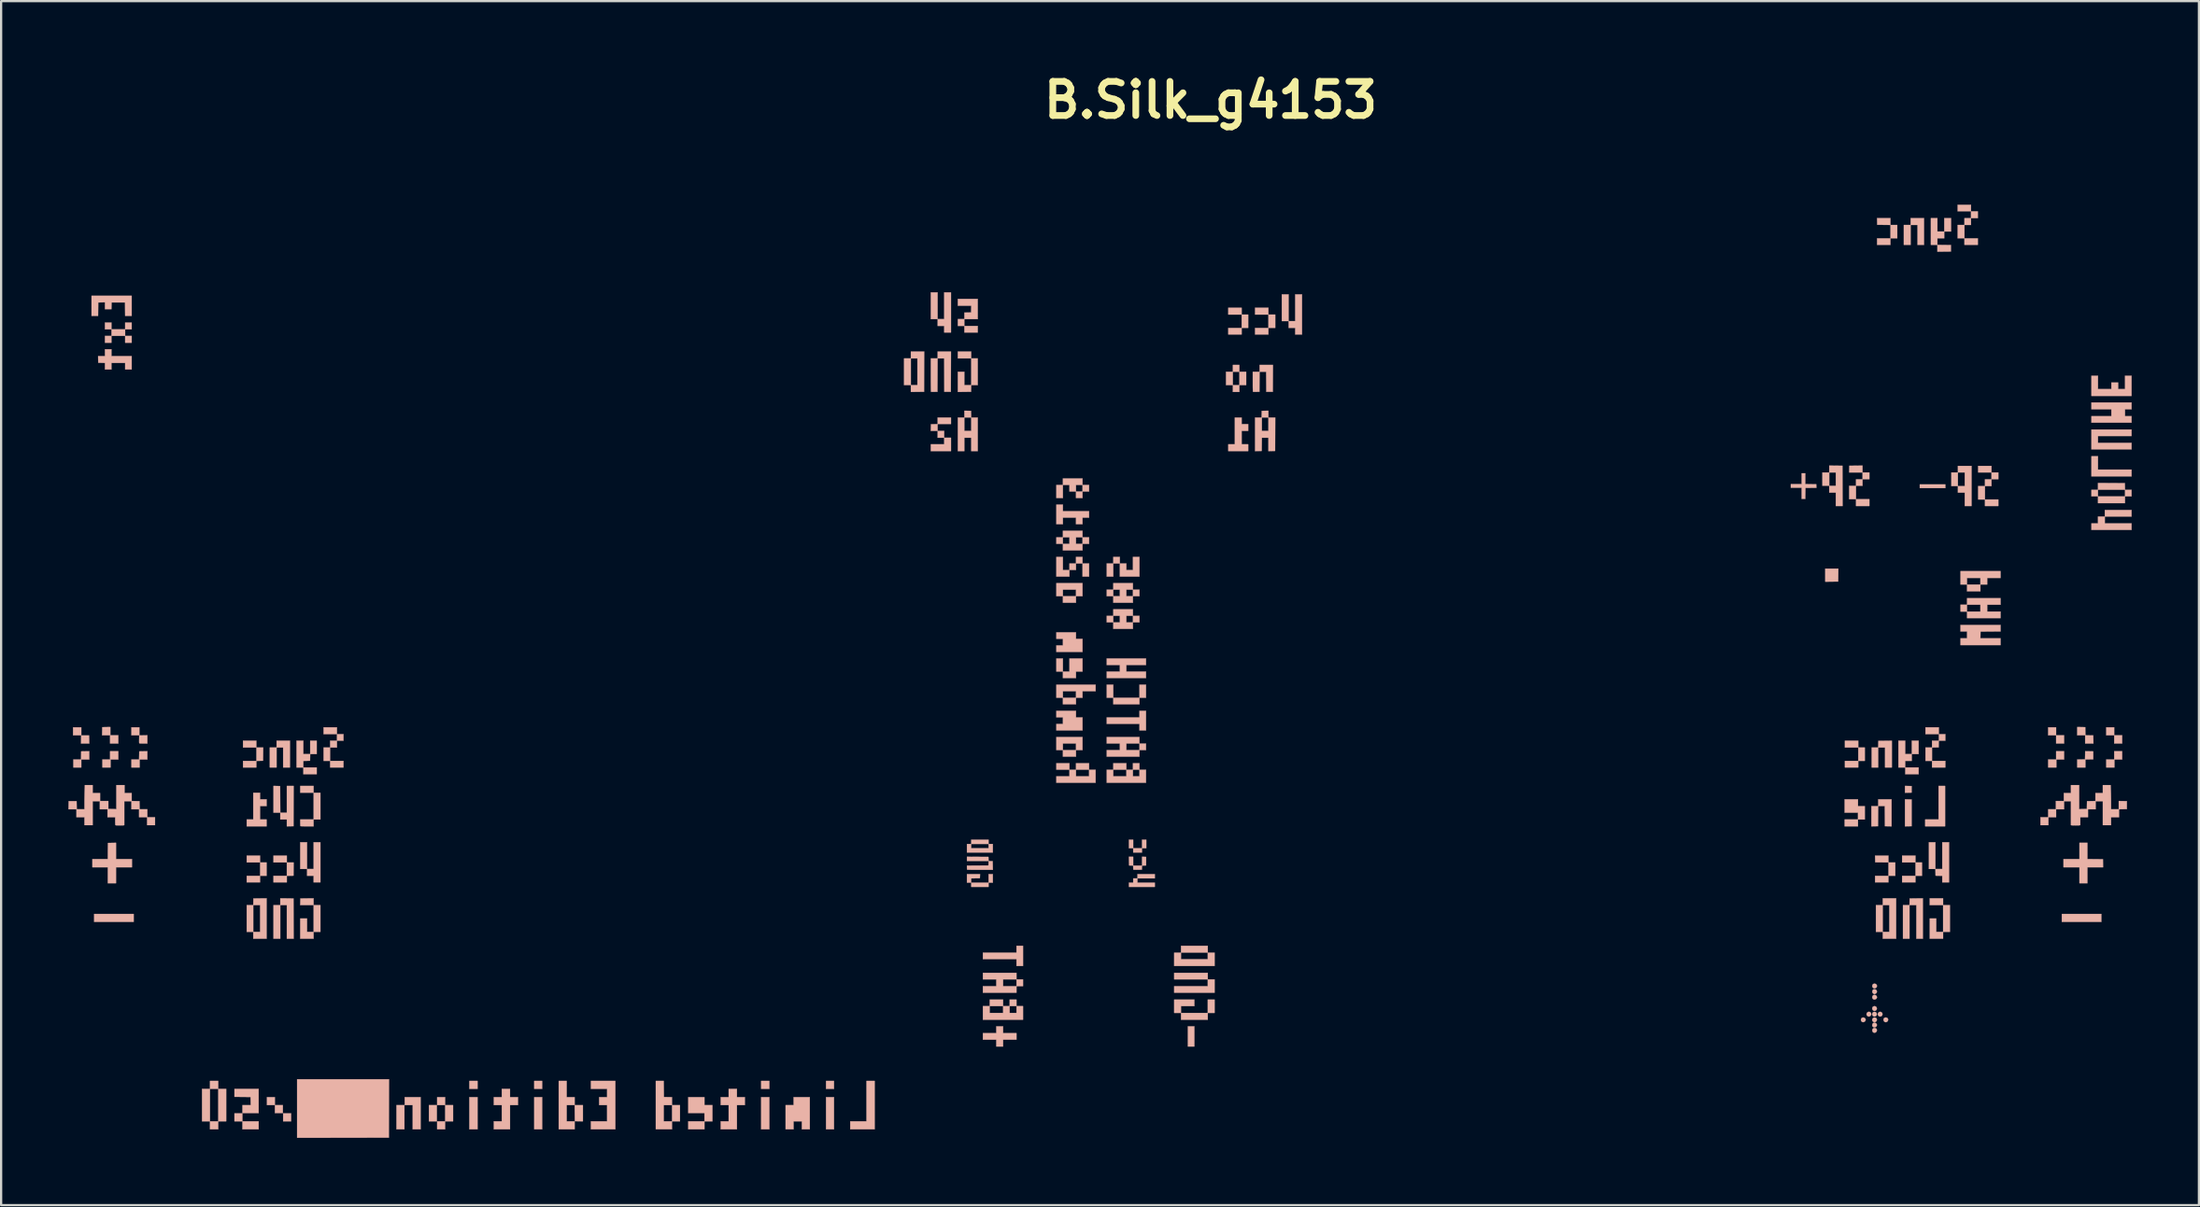
<source format=kicad_pcb>
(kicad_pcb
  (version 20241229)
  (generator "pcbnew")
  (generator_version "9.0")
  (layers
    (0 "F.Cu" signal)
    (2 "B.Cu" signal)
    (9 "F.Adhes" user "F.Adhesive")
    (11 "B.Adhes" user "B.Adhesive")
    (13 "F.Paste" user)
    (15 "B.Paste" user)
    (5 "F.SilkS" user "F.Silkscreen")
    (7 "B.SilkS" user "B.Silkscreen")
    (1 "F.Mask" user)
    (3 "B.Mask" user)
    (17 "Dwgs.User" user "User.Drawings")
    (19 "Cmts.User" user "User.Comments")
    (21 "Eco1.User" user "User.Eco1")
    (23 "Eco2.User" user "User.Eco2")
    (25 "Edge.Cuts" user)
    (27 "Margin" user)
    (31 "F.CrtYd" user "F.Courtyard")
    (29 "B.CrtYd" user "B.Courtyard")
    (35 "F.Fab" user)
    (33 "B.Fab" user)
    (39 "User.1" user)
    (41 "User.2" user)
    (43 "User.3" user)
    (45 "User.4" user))
  (footprint "B.Silk_g4153"
    (layer "F.Cu")
    (at 50.958 1.418)
    (property "Reference" "B.Silk_g4153" (at 0 0 0) (layer "F.SilkS") (effects (font (size 1.524 1.524) (thickness 0.3))))
    (attr through_hole)
    (fp_poly (pts (xy -50.381 28.359) (xy -50.749 28.359) (xy -50.749 28.003) (xy -50.381 28.003) (xy -50.381 28.359)) (stroke (width 0.01) (type solid)) (fill yes) (layer "B.SilkS"))
    (fp_poly (pts (xy -49.035 10.236) (xy -49.327 10.236) (xy -49.327 9.931) (xy -49.035 9.931) (xy -49.035 10.236)) (stroke (width 0.01) (type solid)) (fill yes) (layer "B.SilkS"))
    (fp_poly (pts (xy -49.035 10.833) (xy -49.327 10.833) (xy -49.327 10.528) (xy -49.035 10.528) (xy -49.035 10.833)) (stroke (width 0.01) (type solid)) (fill yes) (layer "B.SilkS"))
    (fp_poly (pts (xy -48.425 10.528) (xy -49.035 10.528) (xy -49.035 10.236) (xy -48.425 10.236) (xy -48.425 10.528)) (stroke (width 0.01) (type solid)) (fill yes) (layer "B.SilkS"))
    (fp_poly (pts (xy -48.133 10.236) (xy -48.425 10.236) (xy -48.425 9.931) (xy -48.133 9.931) (xy -48.133 10.236)) (stroke (width 0.01) (type solid)) (fill yes) (layer "B.SilkS"))
    (fp_poly (pts (xy -48.133 10.833) (xy -48.425 10.833) (xy -48.425 10.528) (xy -48.133 10.528) (xy -48.133 10.833)) (stroke (width 0.01) (type solid)) (fill yes) (layer "B.SilkS"))
    (fp_poly (pts (xy -48.044 36.69) (xy -49.809 36.69) (xy -49.809 36.335) (xy -48.044 36.335) (xy -48.044 36.69)) (stroke (width 0.01) (type solid)) (fill yes) (layer "B.SilkS"))
    (fp_poly (pts (xy -47.79 28.359) (xy -48.146 28.359) (xy -48.146 28.003) (xy -47.79 28.003) (xy -47.79 28.359)) (stroke (width 0.01) (type solid)) (fill yes) (layer "B.SilkS"))
    (fp_poly (pts (xy -43.193 45.593) (xy -43.548 45.593) (xy -43.548 45.237) (xy -43.193 45.237) (xy -43.193 45.593)) (stroke (width 0.01) (type solid)) (fill yes) (layer "B.SilkS"))
    (fp_poly (pts (xy -42.57 28.905) (xy -43.167 28.905) (xy -43.167 28.6) (xy -42.57 28.6) (xy -42.57 28.905)) (stroke (width 0.01) (type solid)) (fill yes) (layer "B.SilkS"))
    (fp_poly (pts (xy -42.469 45.949) (xy -43.193 45.949) (xy -43.193 45.593) (xy -42.469 45.593) (xy -42.469 45.949)) (stroke (width 0.01) (type solid)) (fill yes) (layer "B.SilkS"))
    (fp_poly (pts (xy -42.405 34.036) (xy -43.002 34.036) (xy -43.002 33.731) (xy -42.405 33.731) (xy -42.405 34.036)) (stroke (width 0.01) (type solid)) (fill yes) (layer "B.SilkS"))
    (fp_poly (pts (xy -42.405 34.925) (xy -43.002 34.925) (xy -43.002 34.633) (xy -42.405 34.633) (xy -42.405 34.925)) (stroke (width 0.01) (type solid)) (fill yes) (layer "B.SilkS"))
    (fp_poly (pts (xy -42.113 34.633) (xy -42.405 34.633) (xy -42.405 34.036) (xy -42.113 34.036) (xy -42.113 34.633)) (stroke (width 0.01) (type solid)) (fill yes) (layer "B.SilkS"))
    (fp_poly (pts (xy -41.745 44.869) (xy -42.1 44.869) (xy -42.1 44.514) (xy -41.745 44.514) (xy -41.745 44.869)) (stroke (width 0.01) (type solid)) (fill yes) (layer "B.SilkS"))
    (fp_poly (pts (xy -41.669 29.794) (xy -41.974 29.794) (xy -41.974 28.905) (xy -41.669 28.905) (xy -41.669 29.794)) (stroke (width 0.01) (type solid)) (fill yes) (layer "B.SilkS"))
    (fp_poly (pts (xy -41.504 37.44) (xy -41.808 37.44) (xy -41.808 35.941) (xy -41.504 35.941) (xy -41.504 37.44)) (stroke (width 0.01) (type solid)) (fill yes) (layer "B.SilkS"))
    (fp_poly (pts (xy -41.389 45.225) (xy -41.745 45.225) (xy -41.745 44.869) (xy -41.389 44.869) (xy -41.389 45.225)) (stroke (width 0.01) (type solid)) (fill yes) (layer "B.SilkS"))
    (fp_poly (pts (xy -41.212 34.036) (xy -41.808 34.036) (xy -41.808 33.731) (xy -41.212 33.731) (xy -41.212 34.036)) (stroke (width 0.01) (type solid)) (fill yes) (layer "B.SilkS"))
    (fp_poly (pts (xy -41.021 45.593) (xy -41.377 45.593) (xy -41.377 45.237) (xy -41.021 45.237) (xy -41.021 45.593)) (stroke (width 0.01) (type solid)) (fill yes) (layer "B.SilkS"))
    (fp_poly (pts (xy -40.31 34.328) (xy -40.615 34.328) (xy -40.615 33.134) (xy -40.31 33.134) (xy -40.31 34.328)) (stroke (width 0.01) (type solid)) (fill yes) (layer "B.SilkS"))
    (fp_poly (pts (xy -40.018 30.924) (xy -40.615 30.924) (xy -40.615 30.62) (xy -40.018 30.62) (xy -40.018 30.924)) (stroke (width 0.01) (type solid)) (fill yes) (layer "B.SilkS"))
    (fp_poly (pts (xy -39.878 30.099) (xy -40.475 30.099) (xy -40.475 29.794) (xy -39.878 29.794) (xy -39.878 30.099)) (stroke (width 0.01) (type solid)) (fill yes) (layer "B.SilkS"))
    (fp_poly (pts (xy -39.713 32.118) (xy -40.018 32.118) (xy -40.018 30.924) (xy -39.713 30.924) (xy -39.713 32.118)) (stroke (width 0.01) (type solid)) (fill yes) (layer "B.SilkS"))
    (fp_poly (pts (xy -39.713 37.135) (xy -40.018 37.135) (xy -40.018 35.941) (xy -39.713 35.941) (xy -39.713 37.135)) (stroke (width 0.01) (type solid)) (fill yes) (layer "B.SilkS"))
    (fp_poly (pts (xy -39.281 29.502) (xy -39.573 29.502) (xy -39.573 28.905) (xy -39.281 28.905) (xy -39.281 29.502)) (stroke (width 0.01) (type solid)) (fill yes) (layer "B.SilkS"))
    (fp_poly (pts (xy -38.976 28.308) (xy -39.573 28.308) (xy -39.573 28.003) (xy -38.976 28.003) (xy -38.976 28.308)) (stroke (width 0.01) (type solid)) (fill yes) (layer "B.SilkS"))
    (fp_poly (pts (xy -38.976 28.905) (xy -39.281 28.905) (xy -39.281 28.6) (xy -38.976 28.6) (xy -38.976 28.905)) (stroke (width 0.01) (type solid)) (fill yes) (layer "B.SilkS"))
    (fp_poly (pts (xy -38.684 28.6) (xy -38.976 28.6) (xy -38.976 28.308) (xy -38.684 28.308) (xy -38.684 28.6)) (stroke (width 0.01) (type solid)) (fill yes) (layer "B.SilkS"))
    (fp_poly (pts (xy -38.684 29.794) (xy -39.281 29.794) (xy -39.281 29.502) (xy -38.684 29.502) (xy -38.684 29.794)) (stroke (width 0.01) (type solid)) (fill yes) (layer "B.SilkS"))
    (fp_poly (pts (xy -35.966 45.949) (xy -36.322 45.949) (xy -36.322 44.869) (xy -35.966 44.869) (xy -35.966 45.949)) (stroke (width 0.01) (type solid)) (fill yes) (layer "B.SilkS"))
    (fp_poly (pts (xy -34.519 45.593) (xy -34.874 45.593) (xy -34.874 44.869) (xy -34.519 44.869) (xy -34.519 45.593)) (stroke (width 0.01) (type solid)) (fill yes) (layer "B.SilkS"))
    (fp_poly (pts (xy -34.15 44.869) (xy -34.506 44.869) (xy -34.506 44.514) (xy -34.15 44.514) (xy -34.15 44.869)) (stroke (width 0.01) (type solid)) (fill yes) (layer "B.SilkS"))
    (fp_poly (pts (xy -34.15 45.949) (xy -34.506 45.949) (xy -34.506 45.593) (xy -34.15 45.593) (xy -34.15 45.949)) (stroke (width 0.01) (type solid)) (fill yes) (layer "B.SilkS"))
    (fp_poly (pts (xy -33.795 45.593) (xy -34.15 45.593) (xy -34.15 44.869) (xy -33.795 44.869) (xy -33.795 45.593)) (stroke (width 0.01) (type solid)) (fill yes) (layer "B.SilkS"))
    (fp_poly (pts (xy -32.703 44.145) (xy -33.071 44.145) (xy -33.071 43.79) (xy -32.703 43.79) (xy -32.703 44.145)) (stroke (width 0.01) (type solid)) (fill yes) (layer "B.SilkS"))
    (fp_poly (pts (xy -32.703 45.949) (xy -33.071 45.949) (xy -33.071 44.514) (xy -32.703 44.514) (xy -32.703 45.949)) (stroke (width 0.01) (type solid)) (fill yes) (layer "B.SilkS"))
    (fp_poly (pts (xy -29.82 44.145) (xy -30.175 44.145) (xy -30.175 43.79) (xy -29.82 43.79) (xy -29.82 44.145)) (stroke (width 0.01) (type solid)) (fill yes) (layer "B.SilkS"))
    (fp_poly (pts (xy -29.82 45.949) (xy -30.175 45.949) (xy -30.175 44.514) (xy -29.82 44.514) (xy -29.82 45.949)) (stroke (width 0.01) (type solid)) (fill yes) (layer "B.SilkS"))
    (fp_poly (pts (xy -22.581 45.949) (xy -23.305 45.949) (xy -23.305 45.593) (xy -22.581 45.593) (xy -22.581 45.949)) (stroke (width 0.01) (type solid)) (fill yes) (layer "B.SilkS"))
    (fp_poly (pts (xy -19.685 44.145) (xy -20.053 44.145) (xy -20.053 43.79) (xy -19.685 43.79) (xy -19.685 44.145)) (stroke (width 0.01) (type solid)) (fill yes) (layer "B.SilkS"))
    (fp_poly (pts (xy -19.685 45.949) (xy -20.053 45.949) (xy -20.053 44.514) (xy -19.685 44.514) (xy -19.685 45.949)) (stroke (width 0.01) (type solid)) (fill yes) (layer "B.SilkS"))
    (fp_poly (pts (xy -16.802 44.145) (xy -17.158 44.145) (xy -17.158 43.79) (xy -16.802 43.79) (xy -16.802 44.145)) (stroke (width 0.01) (type solid)) (fill yes) (layer "B.SilkS"))
    (fp_poly (pts (xy -16.802 45.949) (xy -17.158 45.949) (xy -17.158 44.514) (xy -16.802 44.514) (xy -16.802 45.949)) (stroke (width 0.01) (type solid)) (fill yes) (layer "B.SilkS"))
    (fp_poly (pts (xy -12.179 9.779) (xy -12.484 9.779) (xy -12.484 8.585) (xy -12.179 8.585) (xy -12.179 9.779)) (stroke (width 0.01) (type solid)) (fill yes) (layer "B.SilkS"))
    (fp_poly (pts (xy -11.887 15.075) (xy -12.179 15.075) (xy -12.179 14.77) (xy -11.887 14.77) (xy -11.887 15.075)) (stroke (width 0.01) (type solid)) (fill yes) (layer "B.SilkS"))
    (fp_poly (pts (xy -10.986 10.084) (xy -11.278 10.084) (xy -11.278 9.779) (xy -10.986 9.779) (xy -10.986 10.084)) (stroke (width 0.01) (type solid)) (fill yes) (layer "B.SilkS"))
    (fp_poly (pts (xy -10.681 11.532) (xy -11.278 11.532) (xy -11.278 11.227) (xy -10.681 11.227) (xy -10.681 11.532)) (stroke (width 0.01) (type solid)) (fill yes) (layer "B.SilkS"))
    (fp_poly (pts (xy -10.389 10.376) (xy -10.986 10.376) (xy -10.986 10.084) (xy -10.389 10.084) (xy -10.389 10.376)) (stroke (width 0.01) (type solid)) (fill yes) (layer "B.SilkS"))
    (fp_poly (pts (xy -9.906 35.128) (xy -10.681 35.128) (xy -10.681 34.938) (xy -9.906 34.938) (xy -9.906 35.128)) (stroke (width 0.01) (type solid)) (fill yes) (layer "B.SilkS"))
    (fp_poly (pts (xy -9.716 34.938) (xy -9.906 34.938) (xy -9.906 34.557) (xy -9.716 34.557) (xy -9.716 34.938)) (stroke (width 0.01) (type solid)) (fill yes) (layer "B.SilkS"))
    (fp_poly (pts (xy -6.591 17.767) (xy -6.883 17.767) (xy -6.883 17.183) (xy -6.591 17.183) (xy -6.591 17.767)) (stroke (width 0.01) (type solid)) (fill yes) (layer "B.SilkS"))
    (fp_poly (pts (xy -6.591 25.514) (xy -6.883 25.514) (xy -6.883 24.93) (xy -6.591 24.93) (xy -6.591 25.514)) (stroke (width 0.01) (type solid)) (fill yes) (layer "B.SilkS"))
    (fp_poly (pts (xy -6.299 29.896) (xy -6.883 29.896) (xy -6.883 29.604) (xy -6.299 29.604) (xy -6.299 29.896)) (stroke (width 0.01) (type solid)) (fill yes) (layer "B.SilkS"))
    (fp_poly (pts (xy -6.007 20.98) (xy -6.299 20.98) (xy -6.299 20.688) (xy -6.007 20.688) (xy -6.007 20.98)) (stroke (width 0.01) (type solid)) (fill yes) (layer "B.SilkS"))
    (fp_poly (pts (xy -5.715 20.688) (xy -6.007 20.688) (xy -6.007 20.396) (xy -5.715 20.396) (xy -5.715 20.688)) (stroke (width 0.01) (type solid)) (fill yes) (layer "B.SilkS"))
    (fp_poly (pts (xy -5.423 21.273) (xy -5.715 21.273) (xy -5.715 20.688) (xy -5.423 20.688) (xy -5.423 21.273)) (stroke (width 0.01) (type solid)) (fill yes) (layer "B.SilkS"))
    (fp_poly (pts (xy -4.343 21.273) (xy -4.636 21.273) (xy -4.636 20.688) (xy -4.343 20.688) (xy -4.343 21.273)) (stroke (width 0.01) (type solid)) (fill yes) (layer "B.SilkS"))
    (fp_poly (pts (xy -4.343 26.683) (xy -4.636 26.683) (xy -4.636 26.099) (xy -4.343 26.099) (xy -4.343 26.683)) (stroke (width 0.01) (type solid)) (fill yes) (layer "B.SilkS"))
    (fp_poly (pts (xy -4.051 20.688) (xy -4.343 20.688) (xy -4.343 20.396) (xy -4.051 20.396) (xy -4.051 20.688)) (stroke (width 0.01) (type solid)) (fill yes) (layer "B.SilkS"))
    (fp_poly (pts (xy -3.454 33.401) (xy -3.645 33.401) (xy -3.645 33.02) (xy -3.454 33.02) (xy -3.454 33.401)) (stroke (width 0.01) (type solid)) (fill yes) (layer "B.SilkS"))
    (fp_poly (pts (xy -3.175 26.975) (xy -4.343 26.975) (xy -4.343 26.683) (xy -3.175 26.683) (xy -3.175 26.975)) (stroke (width 0.01) (type solid)) (fill yes) (layer "B.SilkS"))
    (fp_poly (pts (xy -3.061 33.592) (xy -3.454 33.592) (xy -3.454 33.401) (xy -3.061 33.401) (xy -3.061 33.592)) (stroke (width 0.01) (type solid)) (fill yes) (layer "B.SilkS"))
    (fp_poly (pts (xy -2.883 26.683) (xy -3.175 26.683) (xy -3.175 26.099) (xy -2.883 26.099) (xy -2.883 26.683)) (stroke (width 0.01) (type solid)) (fill yes) (layer "B.SilkS"))
    (fp_poly (pts (xy -2.87 33.401) (xy -3.061 33.401) (xy -3.061 33.02) (xy -2.87 33.02) (xy -2.87 33.401)) (stroke (width 0.01) (type solid)) (fill yes) (layer "B.SilkS"))
    (fp_poly (pts (xy -2.489 34.747) (xy -3.264 34.747) (xy -3.264 34.557) (xy -2.489 34.557) (xy -2.489 34.747)) (stroke (width 0.01) (type solid)) (fill yes) (layer "B.SilkS"))
    (fp_poly (pts (xy -0.724 42.253) (xy -1.016 42.253) (xy -1.016 41.351) (xy -0.724 41.351) (xy -0.724 42.253)) (stroke (width 0.01) (type solid)) (fill yes) (layer "B.SilkS"))
    (fp_poly (pts (xy -0.127 39.256) (xy -1.626 39.256) (xy -1.626 38.964) (xy -0.127 38.964) (xy -0.127 39.256)) (stroke (width 0.01) (type solid)) (fill yes) (layer "B.SilkS"))
    (fp_poly (pts (xy -0.127 41.059) (xy -1.321 41.059) (xy -1.321 40.754) (xy -0.127 40.754) (xy -0.127 41.059)) (stroke (width 0.01) (type solid)) (fill yes) (layer "B.SilkS"))
    (fp_poly (pts (xy 0.178 40.754) (xy -0.127 40.754) (xy -0.127 40.157) (xy 0.178 40.157) (xy 0.178 40.754)) (stroke (width 0.01) (type solid)) (fill yes) (layer "B.SilkS"))
    (fp_poly (pts (xy 1.384 9.576) (xy 0.787 9.576) (xy 0.787 9.271) (xy 1.384 9.271) (xy 1.384 9.576)) (stroke (width 0.01) (type solid)) (fill yes) (layer "B.SilkS"))
    (fp_poly (pts (xy 1.384 10.465) (xy 0.787 10.465) (xy 0.787 10.173) (xy 1.384 10.173) (xy 1.384 10.465)) (stroke (width 0.01) (type solid)) (fill yes) (layer "B.SilkS"))
    (fp_poly (pts (xy 1.676 10.173) (xy 1.384 10.173) (xy 1.384 9.576) (xy 1.676 9.576) (xy 1.676 10.173)) (stroke (width 0.01) (type solid)) (fill yes) (layer "B.SilkS"))
    (fp_poly (pts (xy 2.578 9.576) (xy 1.981 9.576) (xy 1.981 9.271) (xy 2.578 9.271) (xy 2.578 9.576)) (stroke (width 0.01) (type solid)) (fill yes) (layer "B.SilkS"))
    (fp_poly (pts (xy 2.578 10.465) (xy 1.981 10.465) (xy 1.981 10.173) (xy 2.578 10.173) (xy 2.578 10.465)) (stroke (width 0.01) (type solid)) (fill yes) (layer "B.SilkS"))
    (fp_poly (pts (xy 2.883 10.173) (xy 2.578 10.173) (xy 2.578 9.576) (xy 2.883 9.576) (xy 2.883 10.173)) (stroke (width 0.01) (type solid)) (fill yes) (layer "B.SilkS"))
    (fp_poly (pts (xy 3.48 9.868) (xy 3.175 9.868) (xy 3.175 8.674) (xy 3.48 8.674) (xy 3.48 9.868)) (stroke (width 0.01) (type solid)) (fill yes) (layer "B.SilkS"))
    (fp_poly (pts (xy 27.997 21.495) (xy 27.419 21.502) (xy 27.419 20.917) (xy 28.004 20.917) (xy 27.997 21.495)) (stroke (width 0.01) (type solid)) (fill yes) (layer "B.SilkS"))
    (fp_poly (pts (xy 28.791 17.818) (xy 28.486 17.818) (xy 28.486 17.221) (xy 28.791 17.221) (xy 28.791 17.818)) (stroke (width 0.01) (type solid)) (fill yes) (layer "B.SilkS"))
    (fp_poly (pts (xy 28.88 32.423) (xy 28.283 32.423) (xy 28.283 32.118) (xy 28.88 32.118) (xy 28.88 32.423)) (stroke (width 0.01) (type solid)) (fill yes) (layer "B.SilkS"))
    (fp_poly (pts (xy 28.892 28.905) (xy 28.296 28.905) (xy 28.296 28.6) (xy 28.892 28.6) (xy 28.892 28.905)) (stroke (width 0.01) (type solid)) (fill yes) (layer "B.SilkS"))
    (fp_poly (pts (xy 28.892 29.794) (xy 28.296 29.794) (xy 28.296 29.502) (xy 28.892 29.502) (xy 28.892 29.794)) (stroke (width 0.01) (type solid)) (fill yes) (layer "B.SilkS"))
    (fp_poly (pts (xy 29.083 17.221) (xy 28.791 17.221) (xy 28.791 16.929) (xy 29.083 16.929) (xy 29.083 17.221)) (stroke (width 0.01) (type solid)) (fill yes) (layer "B.SilkS"))
    (fp_poly (pts (xy 29.185 29.502) (xy 28.892 29.502) (xy 28.892 28.905) (xy 29.185 28.905) (xy 29.185 29.502)) (stroke (width 0.01) (type solid)) (fill yes) (layer "B.SilkS"))
    (fp_poly (pts (xy 29.388 16.929) (xy 29.083 16.929) (xy 29.083 16.624) (xy 29.388 16.624) (xy 29.388 16.929)) (stroke (width 0.01) (type solid)) (fill yes) (layer "B.SilkS"))
    (fp_poly (pts (xy 29.388 18.123) (xy 28.791 18.123) (xy 28.791 17.818) (xy 29.388 17.818) (xy 29.388 18.123)) (stroke (width 0.01) (type solid)) (fill yes) (layer "B.SilkS"))
    (fp_poly (pts (xy 30.239 34.925) (xy 29.642 34.925) (xy 29.642 34.633) (xy 30.239 34.633) (xy 30.239 34.925)) (stroke (width 0.01) (type solid)) (fill yes) (layer "B.SilkS"))
    (fp_poly (pts (xy 30.328 6.464) (xy 29.731 6.464) (xy 29.731 6.172) (xy 30.328 6.172) (xy 30.328 6.464)) (stroke (width 0.01) (type solid)) (fill yes) (layer "B.SilkS"))
    (fp_poly (pts (xy 31.229 6.464) (xy 30.924 6.464) (xy 30.924 5.575) (xy 31.229 5.575) (xy 31.229 6.464)) (stroke (width 0.01) (type solid)) (fill yes) (layer "B.SilkS"))
    (fp_poly (pts (xy 31.445 34.036) (xy 30.848 34.036) (xy 30.848 33.731) (xy 31.445 33.731) (xy 31.445 34.036)) (stroke (width 0.01) (type solid)) (fill yes) (layer "B.SilkS"))
    (fp_poly (pts (xy 31.445 34.925) (xy 30.848 34.925) (xy 30.848 34.633) (xy 31.445 34.633) (xy 31.445 34.925)) (stroke (width 0.01) (type solid)) (fill yes) (layer "B.SilkS"))
    (fp_poly (pts (xy 31.585 29.197) (xy 31.28 29.197) (xy 31.28 28.6) (xy 31.585 28.6) (xy 31.585 29.197)) (stroke (width 0.01) (type solid)) (fill yes) (layer "B.SilkS"))
    (fp_poly (pts (xy 31.585 30.099) (xy 30.988 30.099) (xy 30.988 29.794) (xy 31.585 29.794) (xy 31.585 30.099)) (stroke (width 0.01) (type solid)) (fill yes) (layer "B.SilkS"))
    (fp_poly (pts (xy 31.737 34.633) (xy 31.445 34.633) (xy 31.445 34.036) (xy 31.737 34.036) (xy 31.737 34.633)) (stroke (width 0.01) (type solid)) (fill yes) (layer "B.SilkS"))
    (fp_poly (pts (xy 32.487 28.308) (xy 31.89 28.308) (xy 31.89 28.003) (xy 32.487 28.003) (xy 32.487 28.308)) (stroke (width 0.01) (type solid)) (fill yes) (layer "B.SilkS"))
    (fp_poly (pts (xy 32.677 35.941) (xy 32.08 35.941) (xy 32.08 35.636) (xy 32.677 35.636) (xy 32.677 35.941)) (stroke (width 0.01) (type solid)) (fill yes) (layer "B.SilkS"))
    (fp_poly (pts (xy 32.779 17.323) (xy 31.636 17.323) (xy 31.636 17.158) (xy 32.779 17.158) (xy 32.779 17.323)) (stroke (width 0.01) (type solid)) (fill yes) (layer "B.SilkS"))
    (fp_poly (pts (xy 32.779 29.794) (xy 32.182 29.794) (xy 32.182 29.502) (xy 32.779 29.502) (xy 32.779 29.794)) (stroke (width 0.01) (type solid)) (fill yes) (layer "B.SilkS"))
    (fp_poly (pts (xy 32.982 37.135) (xy 32.677 37.135) (xy 32.677 35.941) (xy 32.982 35.941) (xy 32.982 37.135)) (stroke (width 0.01) (type solid)) (fill yes) (layer "B.SilkS"))
    (fp_poly (pts (xy 33.033 5.867) (xy 32.728 5.867) (xy 32.728 5.271) (xy 33.033 5.271) (xy 33.033 5.867)) (stroke (width 0.01) (type solid)) (fill yes) (layer "B.SilkS"))
    (fp_poly (pts (xy 33.63 6.172) (xy 33.325 6.172) (xy 33.325 5.575) (xy 33.63 5.575) (xy 33.63 6.172)) (stroke (width 0.01) (type solid)) (fill yes) (layer "B.SilkS"))
    (fp_poly (pts (xy 33.922 4.966) (xy 33.325 4.966) (xy 33.325 4.674) (xy 33.922 4.674) (xy 33.922 4.966)) (stroke (width 0.01) (type solid)) (fill yes) (layer "B.SilkS"))
    (fp_poly (pts (xy 33.922 5.575) (xy 33.63 5.575) (xy 33.63 5.271) (xy 33.922 5.271) (xy 33.922 5.575)) (stroke (width 0.01) (type solid)) (fill yes) (layer "B.SilkS"))
    (fp_poly (pts (xy 34.227 5.271) (xy 33.922 5.271) (xy 33.922 4.966) (xy 34.227 4.966) (xy 34.227 5.271)) (stroke (width 0.01) (type solid)) (fill yes) (layer "B.SilkS"))
    (fp_poly (pts (xy 34.227 6.464) (xy 33.63 6.464) (xy 33.63 6.172) (xy 34.227 6.172) (xy 34.227 6.464)) (stroke (width 0.01) (type solid)) (fill yes) (layer "B.SilkS"))
    (fp_poly (pts (xy 34.544 17.831) (xy 34.239 17.831) (xy 34.239 17.234) (xy 34.544 17.234) (xy 34.544 17.831)) (stroke (width 0.01) (type solid)) (fill yes) (layer "B.SilkS"))
    (fp_poly (pts (xy 34.836 16.624) (xy 34.239 16.624) (xy 34.239 16.332) (xy 34.836 16.332) (xy 34.836 16.624)) (stroke (width 0.01) (type solid)) (fill yes) (layer "B.SilkS"))
    (fp_poly (pts (xy 34.836 17.234) (xy 34.544 17.234) (xy 34.544 16.929) (xy 34.836 16.929) (xy 34.836 17.234)) (stroke (width 0.01) (type solid)) (fill yes) (layer "B.SilkS"))
    (fp_poly (pts (xy 35.141 16.929) (xy 34.836 16.929) (xy 34.836 16.624) (xy 35.141 16.624) (xy 35.141 16.929)) (stroke (width 0.01) (type solid)) (fill yes) (layer "B.SilkS"))
    (fp_poly (pts (xy 35.141 18.123) (xy 34.544 18.123) (xy 34.544 17.831) (xy 35.141 17.831) (xy 35.141 18.123)) (stroke (width 0.01) (type solid)) (fill yes) (layer "B.SilkS"))
    (fp_poly (pts (xy 37.719 28.359) (xy 37.363 28.359) (xy 37.363 28.003) (xy 37.719 28.003) (xy 37.719 28.359)) (stroke (width 0.01) (type solid)) (fill yes) (layer "B.SilkS"))
    (fp_poly (pts (xy 38.075 28.727) (xy 37.719 28.727) (xy 37.719 28.359) (xy 38.075 28.359) (xy 38.075 28.727)) (stroke (width 0.01) (type solid)) (fill yes) (layer "B.SilkS"))
    (fp_poly (pts (xy 39.738 36.69) (xy 37.973 36.69) (xy 37.973 36.335) (xy 39.738 36.335) (xy 39.738 36.69)) (stroke (width 0.01) (type solid)) (fill yes) (layer "B.SilkS"))
    (fp_poly (pts (xy 40.31 28.359) (xy 39.954 28.359) (xy 39.954 28.003) (xy 40.31 28.003) (xy 40.31 28.359)) (stroke (width 0.01) (type solid)) (fill yes) (layer "B.SilkS"))
    (fp_poly (pts (xy 40.665 28.727) (xy 40.31 28.727) (xy 40.31 28.359) (xy 40.665 28.359) (xy 40.665 28.727)) (stroke (width 0.01) (type solid)) (fill yes) (layer "B.SilkS"))
    (fp_poly (pts (xy 41.084 18.593) (xy 39.891 18.593) (xy 39.891 18.301) (xy 41.084 18.301) (xy 41.084 18.593)) (stroke (width 0.01) (type solid)) (fill yes) (layer "B.SilkS"))
    (fp_poly (pts (xy -50.028 28.546) (xy -50.025 28.727) (xy -50.394 28.727) (xy -50.387 28.365) (xy -50.032 28.365) (xy -50.028 28.546)) (stroke (width 0.01) (type solid)) (fill yes) (layer "B.SilkS"))
    (fp_poly (pts (xy -36.655 45.018) (xy -36.659 46.323) (xy -40.754 46.33) (xy -40.754 43.713) (xy -36.652 43.713) (xy -36.655 45.018)) (stroke (width 0.01) (type solid)) (fill yes) (layer "B.SilkS"))
    (fp_poly (pts (xy 31.125 30.622) (xy 31.274 30.626) (xy 31.274 30.918) (xy 30.975 30.925) (xy 30.975 30.619) (xy 31.125 30.622)) (stroke (width 0.01) (type solid)) (fill yes) (layer "B.SilkS"))
    (fp_poly (pts (xy 31.125 31.219) (xy 31.274 31.223) (xy 31.274 32.417) (xy 30.975 32.424) (xy 30.975 31.216) (xy 31.125 31.219)) (stroke (width 0.01) (type solid)) (fill yes) (layer "B.SilkS"))
    (fp_poly (pts (xy -41.669 28.6) (xy -41.072 28.6) (xy -41.072 29.794) (xy -41.377 29.794) (xy -41.377 28.905) (xy -41.669 28.905) (xy -41.669 28.6)) (stroke (width 0.01) (type solid)) (fill yes) (layer "B.SilkS"))
    (fp_poly (pts (xy -40.31 37.135) (xy -40.018 37.135) (xy -40.018 37.44) (xy -40.615 37.44) (xy -40.615 36.538) (xy -40.31 36.538) (xy -40.31 37.135)) (stroke (width 0.01) (type solid)) (fill yes) (layer "B.SilkS"))
    (fp_poly (pts (xy -40.018 35.941) (xy -40.615 35.941) (xy -40.612 35.792) (xy -40.608 35.643) (xy -40.313 35.639) (xy -40.018 35.636) (xy -40.018 35.941)) (stroke (width 0.01) (type solid)) (fill yes) (layer "B.SilkS"))
    (fp_poly (pts (xy -35.242 45.949) (xy -35.598 45.949) (xy -35.598 44.869) (xy -35.954 44.869) (xy -35.954 44.514) (xy -35.242 44.514) (xy -35.242 45.949)) (stroke (width 0.01) (type solid)) (fill yes) (layer "B.SilkS"))
    (fp_poly (pts (xy -14.986 45.949) (xy -16.078 45.949) (xy -16.078 45.593) (xy -15.354 45.593) (xy -15.354 43.79) (xy -14.986 43.79) (xy -14.986 45.949)) (stroke (width 0.01) (type solid)) (fill yes) (layer "B.SilkS"))
    (fp_poly (pts (xy -11.582 15.672) (xy -12.484 15.672) (xy -12.484 15.367) (xy -11.887 15.367) (xy -11.887 15.075) (xy -11.582 15.075) (xy -11.582 15.672)) (stroke (width 0.01) (type solid)) (fill yes) (layer "B.SilkS"))
    (fp_poly (pts (xy -6.591 20.98) (xy -6.299 20.98) (xy -6.299 21.273) (xy -6.883 21.273) (xy -6.883 20.396) (xy -6.591 20.396) (xy -6.591 20.98)) (stroke (width 0.01) (type solid)) (fill yes) (layer "B.SilkS"))
    (fp_poly (pts (xy -0.724 40.45) (xy -1.321 40.45) (xy -1.321 40.754) (xy -1.626 40.754) (xy -1.626 40.157) (xy -0.724 40.157) (xy -0.724 40.45)) (stroke (width 0.01) (type solid)) (fill yes) (layer "B.SilkS"))
    (fp_poly (pts (xy 0.178 39.853) (xy -1.626 39.853) (xy -1.626 39.56) (xy -0.127 39.56) (xy -0.127 39.256) (xy 0.178 39.256) (xy 0.178 39.853)) (stroke (width 0.01) (type solid)) (fill yes) (layer "B.SilkS"))
    (fp_poly (pts (xy 29.083 16.624) (xy 28.485 16.624) (xy 28.489 16.475) (xy 28.492 16.326) (xy 28.788 16.322) (xy 29.083 16.319) (xy 29.083 16.624)) (stroke (width 0.01) (type solid)) (fill yes) (layer "B.SilkS"))
    (fp_poly (pts (xy 31.229 5.271) (xy 31.826 5.271) (xy 31.826 6.464) (xy 31.534 6.464) (xy 31.534 5.575) (xy 31.229 5.575) (xy 31.229 5.271)) (stroke (width 0.01) (type solid)) (fill yes) (layer "B.SilkS"))
    (fp_poly (pts (xy 32.372 37.135) (xy 32.677 37.135) (xy 32.677 37.44) (xy 32.08 37.44) (xy 32.08 36.538) (xy 32.372 36.538) (xy 32.372 37.135)) (stroke (width 0.01) (type solid)) (fill yes) (layer "B.SilkS"))
    (fp_poly (pts (xy 32.766 32.423) (xy 31.877 32.423) (xy 31.877 32.118) (xy 32.474 32.118) (xy 32.474 30.62) (xy 32.766 30.62) (xy 32.766 32.423)) (stroke (width 0.01) (type solid)) (fill yes) (layer "B.SilkS"))
    (fp_poly (pts (xy 39.586 16.497) (xy 41.084 16.497) (xy 41.084 16.802) (xy 39.294 16.802) (xy 39.294 15.9) (xy 39.586 15.9) (xy 39.586 16.497)) (stroke (width 0.01) (type solid)) (fill yes) (layer "B.SilkS"))
    (fp_poly (pts (xy -41.504 35.636) (xy -41.208 35.639) (xy -40.913 35.643) (xy -40.907 37.44) (xy -41.212 37.44) (xy -41.212 35.941) (xy -41.504 35.941) (xy -41.504 35.636)) (stroke (width 0.01) (type solid)) (fill yes) (layer "B.SilkS"))
    (fp_poly (pts (xy -10.293 34.741) (xy -10.487 34.744) (xy -10.681 34.748) (xy -10.681 34.938) (xy -10.871 34.938) (xy -10.871 34.557) (xy -10.286 34.557) (xy -10.293 34.741)) (stroke (width 0.01) (type solid)) (fill yes) (layer "B.SilkS"))
    (fp_poly (pts (xy -50.025 29.439) (xy -50.381 29.439) (xy -50.381 29.794) (xy -50.736 29.794) (xy -50.736 29.439) (xy -50.394 29.439) (xy -50.387 29.077) (xy -50.025 29.07) (xy -50.025 29.439)) (stroke (width 0.01) (type solid)) (fill yes) (layer "B.SilkS"))
    (fp_poly (pts (xy -49.086 28.359) (xy -48.73 28.359) (xy -48.73 28.727) (xy -49.098 28.727) (xy -49.098 28.359) (xy -49.454 28.359) (xy -49.447 27.997) (xy -49.086 27.99) (xy -49.086 28.359)) (stroke (width 0.01) (type solid)) (fill yes) (layer "B.SilkS"))
    (fp_poly (pts (xy -48.73 29.439) (xy -49.073 29.439) (xy -49.073 29.794) (xy -49.441 29.794) (xy -49.441 29.439) (xy -49.098 29.439) (xy -49.098 29.07) (xy -48.73 29.07) (xy -48.73 29.439)) (stroke (width 0.01) (type solid)) (fill yes) (layer "B.SilkS"))
    (fp_poly (pts (xy -47.434 29.439) (xy -47.777 29.439) (xy -47.777 29.794) (xy -48.146 29.794) (xy -48.146 29.439) (xy -47.803 29.439) (xy -47.796 29.077) (xy -47.434 29.07) (xy -47.434 29.439)) (stroke (width 0.01) (type solid)) (fill yes) (layer "B.SilkS"))
    (fp_poly (pts (xy -42.272 29.496) (xy -42.57 29.503) (xy -42.57 29.794) (xy -43.167 29.794) (xy -43.167 29.502) (xy -42.57 29.502) (xy -42.57 28.905) (xy -42.265 28.905) (xy -42.272 29.496)) (stroke (width 0.01) (type solid)) (fill yes) (layer "B.SilkS"))
    (fp_poly (pts (xy -40.913 34.627) (xy -41.212 34.634) (xy -41.212 34.925) (xy -41.808 34.925) (xy -41.808 34.633) (xy -41.212 34.633) (xy -41.212 34.036) (xy -40.906 34.036) (xy -40.913 34.627)) (stroke (width 0.01) (type solid)) (fill yes) (layer "B.SilkS"))
    (fp_poly (pts (xy -39.713 34.925) (xy -40.018 34.925) (xy -40.018 34.633) (xy -40.31 34.633) (xy -40.31 34.328) (xy -40.018 34.328) (xy -40.018 33.134) (xy -39.713 33.134) (xy -39.713 34.925)) (stroke (width 0.01) (type solid)) (fill yes) (layer "B.SilkS"))
    (fp_poly (pts (xy -22.581 44.869) (xy -22.225 44.869) (xy -22.225 45.593) (xy -22.581 45.593) (xy -22.581 45.225) (xy -23.305 45.225) (xy -23.305 44.514) (xy -22.581 44.514) (xy -22.581 44.869)) (stroke (width 0.01) (type solid)) (fill yes) (layer "B.SilkS"))
    (fp_poly (pts (xy -11.582 10.376) (xy -11.887 10.376) (xy -11.887 10.084) (xy -12.179 10.084) (xy -12.179 9.779) (xy -11.887 9.779) (xy -11.887 8.585) (xy -11.582 8.585) (xy -11.582 10.376)) (stroke (width 0.01) (type solid)) (fill yes) (layer "B.SilkS"))
    (fp_poly (pts (xy -10.389 9.779) (xy -10.986 9.779) (xy -10.986 9.488) (xy -10.687 9.481) (xy -10.68 9.182) (xy -11.278 9.182) (xy -11.278 8.877) (xy -10.389 8.877) (xy -10.389 9.779)) (stroke (width 0.01) (type solid)) (fill yes) (layer "B.SilkS"))
    (fp_poly (pts (xy -8.369 38.659) (xy -8.661 38.659) (xy -8.661 38.354) (xy -10.16 38.354) (xy -10.16 38.062) (xy -8.661 38.062) (xy -8.661 37.757) (xy -8.369 37.757) (xy -8.369 38.659)) (stroke (width 0.01) (type solid)) (fill yes) (layer "B.SilkS"))
    (fp_poly (pts (xy -5.715 25.514) (xy -6.007 25.514) (xy -6.007 25.806) (xy -6.591 25.806) (xy -6.591 25.514) (xy -6.299 25.514) (xy -6.299 24.93) (xy -5.715 24.93) (xy -5.715 25.514)) (stroke (width 0.01) (type solid)) (fill yes) (layer "B.SilkS"))
    (fp_poly (pts (xy -3.264 34.938) (xy -2.489 34.938) (xy -2.489 35.128) (xy -3.645 35.128) (xy -3.645 34.938) (xy -3.454 34.938) (xy -3.454 34.747) (xy -3.264 34.747) (xy -3.264 34.938)) (stroke (width 0.01) (type solid)) (fill yes) (layer "B.SilkS"))
    (fp_poly (pts (xy -3.175 21.273) (xy -4.051 21.273) (xy -4.051 20.688) (xy -3.759 20.688) (xy -3.759 20.98) (xy -3.467 20.98) (xy -3.467 20.396) (xy -3.175 20.396) (xy -3.175 21.273)) (stroke (width 0.01) (type solid)) (fill yes) (layer "B.SilkS"))
    (fp_poly (pts (xy -2.883 28.143) (xy -3.175 28.143) (xy -3.175 27.851) (xy -4.636 27.851) (xy -4.636 27.559) (xy -3.175 27.559) (xy -3.175 27.267) (xy -2.883 27.267) (xy -2.883 28.143)) (stroke (width 0.01) (type solid)) (fill yes) (layer "B.SilkS"))
    (fp_poly (pts (xy 4.077 10.465) (xy 3.772 10.465) (xy 3.772 10.173) (xy 3.48 10.173) (xy 3.48 9.868) (xy 3.772 9.868) (xy 3.772 8.674) (xy 4.077 8.674) (xy 4.077 10.465)) (stroke (width 0.01) (type solid)) (fill yes) (layer "B.SilkS"))
    (fp_poly (pts (xy 28.88 31.521) (xy 29.185 31.521) (xy 29.185 32.118) (xy 28.88 32.118) (xy 28.88 31.814) (xy 28.283 31.814) (xy 28.283 31.217) (xy 28.88 31.217) (xy 28.88 31.521)) (stroke (width 0.01) (type solid)) (fill yes) (layer "B.SilkS"))
    (fp_poly (pts (xy 30.988 29.197) (xy 31.28 29.197) (xy 31.28 29.502) (xy 30.988 29.502) (xy 30.988 29.794) (xy 30.683 29.794) (xy 30.683 28.6) (xy 30.988 28.6) (xy 30.988 29.197)) (stroke (width 0.01) (type solid)) (fill yes) (layer "B.SilkS"))
    (fp_poly (pts (xy 38.075 29.439) (xy 37.732 29.439) (xy 37.732 29.794) (xy 37.363 29.794) (xy 37.363 29.439) (xy 37.719 29.439) (xy 37.719 29.07) (xy 38.075 29.07) (xy 38.075 29.439)) (stroke (width 0.01) (type solid)) (fill yes) (layer "B.SilkS"))
    (fp_poly (pts (xy 39.891 18.898) (xy 41.084 18.898) (xy 41.084 19.19) (xy 39.294 19.19) (xy 39.294 18.898) (xy 39.586 18.898) (xy 39.586 18.593) (xy 39.891 18.593) (xy 39.891 18.898)) (stroke (width 0.01) (type solid)) (fill yes) (layer "B.SilkS"))
    (fp_poly (pts (xy 40.665 29.439) (xy 40.322 29.439) (xy 40.322 29.794) (xy 39.954 29.794) (xy 39.954 29.439) (xy 40.31 29.439) (xy 40.31 29.07) (xy 40.665 29.07) (xy 40.665 29.439)) (stroke (width 0.01) (type solid)) (fill yes) (layer "B.SilkS"))
    (fp_poly (pts (xy 41.084 14.999) (xy 39.586 14.999) (xy 39.586 15.303) (xy 41.084 15.303) (xy 41.084 15.596) (xy 39.294 15.596) (xy 39.294 14.707) (xy 41.084 14.707) (xy 41.084 14.999)) (stroke (width 0.01) (type solid)) (fill yes) (layer "B.SilkS"))
    (fp_poly (pts (xy -42.469 45.225) (xy -43.193 45.225) (xy -43.193 44.869) (xy -42.824 44.869) (xy -42.827 44.688) (xy -42.831 44.507) (xy -43.548 44.5) (xy -43.548 44.145) (xy -42.469 44.145) (xy -42.469 45.225)) (stroke (width 0.01) (type solid)) (fill yes) (layer "B.SilkS"))
    (fp_poly (pts (xy 30.239 34.036) (xy 30.544 34.036) (xy 30.544 34.633) (xy 30.239 34.633) (xy 30.239 34.036) (xy 29.648 34.03) (xy 29.645 33.88) (xy 29.641 33.731) (xy 30.239 33.731) (xy 30.239 34.036)) (stroke (width 0.01) (type solid)) (fill yes) (layer "B.SilkS"))
    (fp_poly (pts (xy 30.328 5.575) (xy 30.632 5.575) (xy 30.632 6.172) (xy 30.328 6.172) (xy 30.328 5.576) (xy 29.737 5.569) (xy 29.733 5.42) (xy 29.73 5.271) (xy 30.328 5.271) (xy 30.328 5.575)) (stroke (width 0.01) (type solid)) (fill yes) (layer "B.SilkS"))
    (fp_poly (pts (xy -17.882 45.949) (xy -18.237 45.949) (xy -18.237 45.593) (xy -18.605 45.593) (xy -18.605 45.949) (xy -18.961 45.949) (xy -18.961 44.869) (xy -18.605 44.869) (xy -18.605 44.514) (xy -17.882 44.514) (xy -17.882 45.949)) (stroke (width 0.01) (type solid)) (fill yes) (layer "B.SilkS"))
    (fp_poly (pts (xy -11.582 14.465) (xy -12.179 14.465) (xy -12.179 14.77) (xy -12.485 14.77) (xy -12.481 14.621) (xy -12.478 14.472) (xy -12.329 14.468) (xy -12.179 14.464) (xy -12.179 14.173) (xy -11.582 14.173) (xy -11.582 14.465)) (stroke (width 0.01) (type solid)) (fill yes) (layer "B.SilkS"))
    (fp_poly (pts (xy -10.389 12.725) (xy -10.68 12.725) (xy -10.687 13.024) (xy -11.278 13.031) (xy -11.278 12.129) (xy -10.986 12.129) (xy -10.986 12.725) (xy -10.681 12.725) (xy -10.681 11.532) (xy -10.389 11.532) (xy -10.389 12.725)) (stroke (width 0.01) (type solid)) (fill yes) (layer "B.SilkS"))
    (fp_poly (pts (xy -6.007 24.054) (xy -5.715 24.054) (xy -5.715 24.638) (xy -6.883 24.638) (xy -6.883 24.346) (xy -6.591 24.346) (xy -6.591 24.054) (xy -6.883 24.054) (xy -6.883 23.762) (xy -6.007 23.762) (xy -6.007 24.054)) (stroke (width 0.01) (type solid)) (fill yes) (layer "B.SilkS"))
    (fp_poly (pts (xy -6.007 27.559) (xy -5.715 27.559) (xy -5.715 28.143) (xy -6.883 28.143) (xy -6.883 27.851) (xy -6.591 27.851) (xy -6.591 27.559) (xy -6.883 27.559) (xy -6.883 27.267) (xy -6.007 27.267) (xy -6.007 27.559)) (stroke (width 0.01) (type solid)) (fill yes) (layer "B.SilkS"))
    (fp_poly (pts (xy 39.196 29.073) (xy 39.376 29.077) (xy 39.376 29.432) (xy 39.027 29.439) (xy 39.027 29.794) (xy 38.659 29.794) (xy 38.659 29.439) (xy 39.008 29.432) (xy 39.012 29.251) (xy 39.015 29.07) (xy 39.196 29.073)) (stroke (width 0.01) (type solid)) (fill yes) (layer "B.SilkS"))
    (fp_poly (pts (xy 30.378 32.424) (xy 30.08 32.417) (xy 30.077 31.969) (xy 30.073 31.521) (xy 29.782 31.521) (xy 29.775 32.417) (xy 29.477 32.424) (xy 29.477 31.521) (xy 29.782 31.521) (xy 29.782 31.217) (xy 30.378 31.217) (xy 30.378 32.424)) (stroke (width 0.01) (type solid)) (fill yes) (layer "B.SilkS"))
    (fp_poly (pts (xy 30.391 29.794) (xy 30.086 29.794) (xy 30.086 28.905) (xy 29.782 28.905) (xy 29.782 29.794) (xy 29.489 29.794) (xy 29.489 28.905) (xy 29.781 28.905) (xy 29.784 28.756) (xy 29.788 28.607) (xy 30.391 28.6) (xy 30.391 29.794)) (stroke (width 0.01) (type solid)) (fill yes) (layer "B.SilkS"))
    (fp_poly (pts (xy 39.021 27.997) (xy 39.024 28.178) (xy 39.028 28.358) (xy 39.202 28.362) (xy 39.376 28.365) (xy 39.38 28.546) (xy 39.383 28.727) (xy 39.014 28.727) (xy 39.014 28.359) (xy 38.659 28.359) (xy 38.659 27.99) (xy 39.021 27.997)) (stroke (width 0.01) (type solid)) (fill yes) (layer "B.SilkS"))
    (fp_poly (pts (xy -42.405 31.217) (xy -42.113 31.217) (xy -42.113 31.521) (xy -42.405 31.521) (xy -42.405 32.118) (xy -42.113 32.118) (xy -42.113 32.423) (xy -43.002 32.423) (xy -43.002 32.118) (xy -42.71 32.118) (xy -42.71 30.924) (xy -42.405 30.924) (xy -42.405 31.217)) (stroke (width 0.01) (type solid)) (fill yes) (layer "B.SilkS"))
    (fp_poly (pts (xy -40.475 29.197) (xy -40.17 29.197) (xy -40.17 28.6) (xy -39.878 28.6) (xy -39.878 29.197) (xy -40.169 29.197) (xy -40.176 29.496) (xy -40.475 29.503) (xy -40.475 29.794) (xy -40.78 29.794) (xy -40.78 28.6) (xy -40.475 28.6) (xy -40.475 29.197)) (stroke (width 0.01) (type solid)) (fill yes) (layer "B.SilkS"))
    (fp_poly (pts (xy -26.556 45.949) (xy -27.648 45.949) (xy -27.648 45.593) (xy -26.924 45.593) (xy -26.924 44.869) (xy -27.28 44.869) (xy -27.28 44.514) (xy -26.924 44.514) (xy -26.924 44.145) (xy -27.648 44.145) (xy -27.648 43.79) (xy -26.556 43.79) (xy -26.556 45.949)) (stroke (width 0.01) (type solid)) (fill yes) (layer "B.SilkS"))
    (fp_poly (pts (xy -12.783 13.024) (xy -13.373 13.031) (xy -13.373 12.725) (xy -13.678 12.725) (xy -13.678 11.532) (xy -13.373 11.532) (xy -13.373 12.725) (xy -13.081 12.725) (xy -13.081 11.532) (xy -13.373 11.532) (xy -13.373 11.227) (xy -12.776 11.227) (xy -12.783 13.024)) (stroke (width 0.01) (type solid)) (fill yes) (layer "B.SilkS"))
    (fp_poly (pts (xy -9.716 33.211) (xy -9.716 33.592) (xy -10.871 33.592) (xy -10.871 33.211) (xy -10.681 33.211) (xy -10.681 33.401) (xy -9.906 33.401) (xy -9.906 33.211) (xy -10.681 33.211) (xy -10.681 33.02) (xy -9.906 33.02) (xy -9.906 33.211) (xy -9.716 33.211)) (stroke (width 0.01) (type solid)) (fill yes) (layer "B.SilkS"))
    (fp_poly (pts (xy -9.258 41.656) (xy -8.661 41.656) (xy -8.661 41.948) (xy -9.258 41.948) (xy -9.258 42.253) (xy -9.563 42.253) (xy -9.563 41.948) (xy -10.16 41.948) (xy -10.16 41.656) (xy -9.563 41.656) (xy -9.563 41.351) (xy -9.258 41.351) (xy -9.258 41.656)) (stroke (width 0.01) (type solid)) (fill yes) (layer "B.SilkS"))
    (fp_poly (pts (xy -6.591 18.352) (xy -5.423 18.352) (xy -5.423 18.644) (xy -5.715 18.644) (xy -5.715 18.936) (xy -6.007 18.936) (xy -6.007 18.644) (xy -6.591 18.644) (xy -6.591 18.936) (xy -6.883 18.936) (xy -6.883 18.059) (xy -6.591 18.059) (xy -6.591 18.352)) (stroke (width 0.01) (type solid)) (fill yes) (layer "B.SilkS"))
    (fp_poly (pts (xy -2.883 25.222) (xy -3.759 25.222) (xy -3.759 25.514) (xy -2.883 25.514) (xy -2.883 25.806) (xy -4.636 25.806) (xy -4.636 25.514) (xy -4.051 25.514) (xy -4.051 25.222) (xy -4.636 25.222) (xy -4.636 24.93) (xy -2.883 24.93) (xy -2.883 25.222)) (stroke (width 0.01) (type solid)) (fill yes) (layer "B.SilkS"))
    (fp_poly (pts (xy 0.178 38.062) (xy 0.178 38.659) (xy -1.626 38.659) (xy -1.626 38.062) (xy -1.321 38.062) (xy -1.321 38.354) (xy -0.127 38.354) (xy -0.127 38.062) (xy -1.321 38.062) (xy -1.321 37.757) (xy -0.127 37.757) (xy -0.127 38.062) (xy 0.178 38.062)) (stroke (width 0.01) (type solid)) (fill yes) (layer "B.SilkS"))
    (fp_poly (pts (xy 1.384 14.465) (xy 1.676 14.465) (xy 1.676 14.77) (xy 1.384 14.77) (xy 1.384 15.367) (xy 1.676 15.367) (xy 1.676 15.672) (xy 0.787 15.672) (xy 0.787 15.367) (xy 1.079 15.367) (xy 1.079 14.173) (xy 1.384 14.173) (xy 1.384 14.465)) (stroke (width 0.01) (type solid)) (fill yes) (layer "B.SilkS"))
    (fp_poly (pts (xy 30.582 37.44) (xy 29.985 37.44) (xy 29.985 37.135) (xy 29.68 37.135) (xy 29.68 35.941) (xy 29.985 35.941) (xy 29.985 37.135) (xy 30.277 37.135) (xy 30.277 35.941) (xy 29.985 35.941) (xy 29.985 35.636) (xy 30.582 35.636) (xy 30.582 37.44)) (stroke (width 0.01) (type solid)) (fill yes) (layer "B.SilkS"))
    (fp_poly (pts (xy 31.775 37.44) (xy 31.483 37.44) (xy 31.483 35.941) (xy 31.178 35.941) (xy 31.178 37.44) (xy 30.886 37.44) (xy 30.886 35.941) (xy 31.178 35.941) (xy 31.181 35.792) (xy 31.185 35.643) (xy 31.48 35.639) (xy 31.775 35.636) (xy 31.775 37.44)) (stroke (width 0.01) (type solid)) (fill yes) (layer "B.SilkS"))
    (fp_poly (pts (xy 32.779 28.6) (xy 32.487 28.6) (xy 32.48 28.899) (xy 32.182 28.906) (xy 32.182 29.502) (xy 31.89 29.502) (xy 31.89 28.905) (xy 32.182 28.905) (xy 32.182 28.6) (xy 32.487 28.6) (xy 32.487 28.308) (xy 32.779 28.308) (xy 32.779 28.6)) (stroke (width 0.01) (type solid)) (fill yes) (layer "B.SilkS"))
    (fp_poly (pts (xy 39.586 12.903) (xy 40.183 12.903) (xy 40.183 12.611) (xy 40.488 12.611) (xy 40.488 12.903) (xy 40.792 12.903) (xy 40.792 12.306) (xy 41.084 12.306) (xy 41.084 13.208) (xy 39.294 13.208) (xy 39.294 12.306) (xy 39.586 12.306) (xy 39.586 12.903)) (stroke (width 0.01) (type solid)) (fill yes) (layer "B.SilkS"))
    (fp_poly (pts (xy 41.084 13.805) (xy 40.792 13.805) (xy 40.792 14.11) (xy 41.084 14.11) (xy 41.084 14.402) (xy 39.294 14.402) (xy 39.294 14.11) (xy 40.183 14.11) (xy 40.183 13.805) (xy 39.294 13.805) (xy 39.294 13.5) (xy 41.084 13.5) (xy 41.084 13.805)) (stroke (width 0.01) (type solid)) (fill yes) (layer "B.SilkS"))
    (fp_poly (pts (xy 32.334 34.328) (xy 32.639 34.328) (xy 32.639 33.134) (xy 32.944 33.134) (xy 32.944 34.925) (xy 32.639 34.925) (xy 32.639 34.634) (xy 32.341 34.627) (xy 32.337 34.477) (xy 32.333 34.328) (xy 32.042 34.328) (xy 32.042 33.134) (xy 32.334 33.134) (xy 32.334 34.328)) (stroke (width 0.01) (type solid)) (fill yes) (layer "B.SilkS"))
    (fp_poly (pts (xy 32.423 5.867) (xy 32.728 5.867) (xy 32.728 6.172) (xy 32.423 6.172) (xy 32.423 6.464) (xy 33.026 6.471) (xy 33.026 6.763) (xy 32.725 6.766) (xy 32.423 6.77) (xy 32.423 6.464) (xy 32.131 6.464) (xy 32.131 5.271) (xy 32.423 5.271) (xy 32.423 5.867)) (stroke (width 0.01) (type solid)) (fill yes) (layer "B.SilkS"))
    (fp_poly (pts (xy -47.434 28.727) (xy -47.613 28.727) (xy -47.688 28.727) (xy -47.742 28.725) (xy -47.775 28.721) (xy -47.793 28.715) (xy -47.797 28.711) (xy -47.799 28.692) (xy -47.801 28.654) (xy -47.801 28.601) (xy -47.8 28.539) (xy -47.8 28.53) (xy -47.796 28.365) (xy -47.434 28.358) (xy -47.434 28.727)) (stroke (width 0.01) (type solid)) (fill yes) (layer "B.SilkS"))
    (fp_poly (pts (xy -41.659 30.622) (xy -41.51 30.626) (xy -41.507 31.22) (xy -41.503 31.814) (xy -41.212 31.814) (xy -41.212 30.62) (xy -40.907 30.62) (xy -40.913 32.417) (xy -41.212 32.424) (xy -41.212 32.118) (xy -41.504 32.118) (xy -41.504 31.814) (xy -41.808 31.814) (xy -41.808 30.619) (xy -41.659 30.622)) (stroke (width 0.01) (type solid)) (fill yes) (layer "B.SilkS"))
    (fp_poly (pts (xy -40.018 32.423) (xy -40.308 32.423) (xy -40.391 32.423) (xy -40.466 32.422) (xy -40.528 32.42) (xy -40.575 32.418) (xy -40.601 32.416) (xy -40.606 32.415) (xy -40.61 32.399) (xy -40.612 32.364) (xy -40.614 32.314) (xy -40.615 32.262) (xy -40.615 32.118) (xy -40.018 32.118) (xy -40.018 32.423)) (stroke (width 0.01) (type solid)) (fill yes) (layer "B.SilkS"))
    (fp_poly (pts (xy -31.255 44.514) (xy -30.899 44.514) (xy -30.899 44.869) (xy -31.255 44.869) (xy -31.255 45.949) (xy -31.979 45.949) (xy -31.979 45.593) (xy -31.623 45.593) (xy -31.623 44.869) (xy -31.979 44.869) (xy -31.979 44.514) (xy -31.623 44.514) (xy -31.623 44.145) (xy -31.255 44.145) (xy -31.255 44.514)) (stroke (width 0.01) (type solid)) (fill yes) (layer "B.SilkS"))
    (fp_poly (pts (xy -21.133 44.514) (xy -20.777 44.514) (xy -20.777 44.869) (xy -21.133 44.869) (xy -21.133 45.949) (xy -21.857 45.949) (xy -21.857 45.593) (xy -21.501 45.593) (xy -21.501 44.869) (xy -21.857 44.869) (xy -21.857 44.514) (xy -21.501 44.514) (xy -21.501 44.145) (xy -21.133 44.145) (xy -21.133 44.514)) (stroke (width 0.01) (type solid)) (fill yes) (layer "B.SilkS"))
    (fp_poly (pts (xy -5.131 29.896) (xy -5.131 30.48) (xy -6.883 30.48) (xy -6.883 30.188) (xy -6.299 30.188) (xy -6.299 29.896) (xy -6.007 29.896) (xy -6.007 30.188) (xy -5.423 30.188) (xy -5.423 29.896) (xy -6.007 29.896) (xy -6.007 29.604) (xy -5.423 29.604) (xy -5.423 29.896) (xy -5.131 29.896)) (stroke (width 0.01) (type solid)) (fill yes) (layer "B.SilkS"))
    (fp_poly (pts (xy 33.947 18.123) (xy 33.642 18.123) (xy 33.642 17.526) (xy 33.337 17.526) (xy 33.337 17.234) (xy 33.045 17.234) (xy 33.045 16.624) (xy 33.337 16.624) (xy 33.337 17.234) (xy 33.642 17.234) (xy 33.642 16.624) (xy 33.337 16.624) (xy 33.337 16.332) (xy 33.947 16.332) (xy 33.947 18.123)) (stroke (width 0.01) (type solid)) (fill yes) (layer "B.SilkS"))
    (fp_poly (pts (xy 35.242 23.723) (xy 34.795 23.727) (xy 34.347 23.73) (xy 34.344 23.879) (xy 34.34 24.028) (xy 35.242 24.028) (xy 35.242 24.333) (xy 33.452 24.333) (xy 33.452 24.028) (xy 33.744 24.028) (xy 33.744 23.724) (xy 33.452 23.724) (xy 33.452 23.431) (xy 35.242 23.431) (xy 35.242 23.723)) (stroke (width 0.01) (type solid)) (fill yes) (layer "B.SilkS"))
    (fp_poly (pts (xy 39.116 33.883) (xy 39.462 33.887) (xy 39.808 33.89) (xy 39.812 34.071) (xy 39.815 34.252) (xy 39.116 34.252) (xy 39.116 34.963) (xy 38.76 34.963) (xy 38.76 34.252) (xy 38.049 34.252) (xy 38.049 33.884) (xy 38.76 33.884) (xy 38.76 33.16) (xy 39.116 33.16) (xy 39.116 33.883)) (stroke (width 0.01) (type solid)) (fill yes) (layer "B.SilkS"))
    (fp_poly (pts (xy -49.035 11.43) (xy -48.133 11.43) (xy -48.133 12.027) (xy -48.425 12.027) (xy -48.425 11.735) (xy -49.035 11.735) (xy -49.035 12.027) (xy -49.327 12.027) (xy -49.327 11.736) (xy -49.625 11.728) (xy -49.629 11.579) (xy -49.632 11.43) (xy -49.327 11.43) (xy -49.327 11.125) (xy -49.035 11.125) (xy -49.035 11.43)) (stroke (width 0.01) (type solid)) (fill yes) (layer "B.SilkS"))
    (fp_poly (pts (xy -48.133 9.639) (xy -48.425 9.639) (xy -48.428 9.338) (xy -48.431 9.036) (xy -49.028 9.036) (xy -49.032 9.185) (xy -49.036 9.335) (xy -49.327 9.335) (xy -49.327 9.029) (xy -49.476 9.032) (xy -49.625 9.036) (xy -49.632 9.639) (xy -49.924 9.639) (xy -49.924 8.738) (xy -48.133 8.738) (xy -48.133 9.639)) (stroke (width 0.01) (type solid)) (fill yes) (layer "B.SilkS"))
    (fp_poly (pts (xy -28.727 44.514) (xy -28.372 44.514) (xy -28.372 44.869) (xy -28.003 44.869) (xy -28.003 45.594) (xy -28.184 45.59) (xy -28.365 45.587) (xy -28.372 44.869) (xy -28.727 44.869) (xy -28.727 45.593) (xy -28.372 45.593) (xy -28.372 45.949) (xy -29.083 45.949) (xy -29.083 43.79) (xy -28.727 43.79) (xy -28.727 44.514)) (stroke (width 0.01) (type solid)) (fill yes) (layer "B.SilkS"))
    (fp_poly (pts (xy -5.715 22.149) (xy -6.007 22.149) (xy -6.007 22.441) (xy -6.591 22.441) (xy -6.591 22.149) (xy -6.883 22.149) (xy -6.883 21.857) (xy -6.591 21.857) (xy -6.591 22.149) (xy -6.007 22.149) (xy -6.007 21.857) (xy -6.591 21.857) (xy -6.883 21.857) (xy -6.883 21.565) (xy -5.715 21.565) (xy -5.715 22.149)) (stroke (width 0.01) (type solid)) (fill yes) (layer "B.SilkS"))
    (fp_poly (pts (xy -5.715 29.02) (xy -6.007 29.02) (xy -6.007 29.312) (xy -6.591 29.312) (xy -6.591 29.02) (xy -6.883 29.02) (xy -6.883 28.727) (xy -6.591 28.727) (xy -6.591 29.02) (xy -6.007 29.02) (xy -6.007 28.727) (xy -6.591 28.727) (xy -6.883 28.727) (xy -6.883 28.435) (xy -5.715 28.435) (xy -5.715 29.02)) (stroke (width 0.01) (type solid)) (fill yes) (layer "B.SilkS"))
    (fp_poly (pts (xy 27.892 16.322) (xy 28.188 16.326) (xy 28.194 18.123) (xy 27.889 18.123) (xy 27.889 17.526) (xy 27.597 17.526) (xy 27.597 17.221) (xy 27.292 17.221) (xy 27.292 16.624) (xy 27.597 16.624) (xy 27.597 17.221) (xy 27.889 17.221) (xy 27.889 16.624) (xy 27.597 16.624) (xy 27.597 16.319) (xy 27.892 16.322)) (stroke (width 0.01) (type solid)) (fill yes) (layer "B.SilkS"))
    (fp_poly (pts (xy 29.639 39.948) (xy 29.68 39.968) (xy 29.711 40.002) (xy 29.727 40.043) (xy 29.725 40.075) (xy 29.704 40.117) (xy 29.667 40.145) (xy 29.624 40.158) (xy 29.579 40.152) (xy 29.542 40.128) (xy 29.518 40.086) (xy 29.515 40.04) (xy 29.53 39.996) (xy 29.562 39.962) (xy 29.596 39.947) (xy 29.639 39.948)) (stroke (width 0.01) (type solid)) (fill yes) (layer "B.SilkS"))
    (fp_poly (pts (xy -43.917 44.145) (xy -43.917 45.593) (xy -44.272 45.593) (xy -44.272 45.949) (xy -44.641 45.949) (xy -44.641 45.593) (xy -44.996 45.593) (xy -44.996 44.145) (xy -44.641 44.145) (xy -44.641 45.593) (xy -44.272 45.593) (xy -44.272 44.145) (xy -44.641 44.145) (xy -44.641 43.79) (xy -44.272 43.79) (xy -44.272 44.145) (xy -43.917 44.145)) (stroke (width 0.01) (type solid)) (fill yes) (layer "B.SilkS"))
    (fp_poly (pts (xy -42.113 37.44) (xy -42.71 37.44) (xy -42.71 37.135) (xy -43.002 37.135) (xy -43.002 35.941) (xy -42.711 35.941) (xy -42.71 35.941) (xy -42.71 37.135) (xy -42.405 37.135) (xy -42.405 35.941) (xy -42.71 35.941) (xy -42.711 35.941) (xy -42.707 35.792) (xy -42.704 35.643) (xy -42.408 35.639) (xy -42.113 35.636) (xy -42.113 37.44)) (stroke (width 0.01) (type solid)) (fill yes) (layer "B.SilkS"))
    (fp_poly (pts (xy 1.587 12.129) (xy 1.587 12.725) (xy 1.283 12.725) (xy 1.283 13.03) (xy 0.991 13.03) (xy 0.991 12.725) (xy 0.686 12.725) (xy 0.686 12.129) (xy 0.991 12.129) (xy 0.991 12.725) (xy 1.283 12.725) (xy 1.283 12.129) (xy 0.991 12.129) (xy 0.991 11.824) (xy 1.283 11.824) (xy 1.283 12.129) (xy 1.587 12.129)) (stroke (width 0.01) (type solid)) (fill yes) (layer "B.SilkS"))
    (fp_poly (pts (xy 26.53 17.144) (xy 26.775 17.148) (xy 27.019 17.151) (xy 27.023 17.23) (xy 27.027 17.31) (xy 26.782 17.313) (xy 26.537 17.316) (xy 26.533 17.561) (xy 26.53 17.805) (xy 26.365 17.805) (xy 26.365 17.31) (xy 25.883 17.31) (xy 25.883 17.145) (xy 26.365 17.145) (xy 26.365 16.662) (xy 26.53 16.662) (xy 26.53 17.144)) (stroke (width 0.01) (type solid)) (fill yes) (layer "B.SilkS"))
    (fp_poly (pts (xy 29.154 40.965) (xy 29.191 40.988) (xy 29.216 41.023) (xy 29.223 41.058) (xy 29.212 41.103) (xy 29.183 41.139) (xy 29.143 41.162) (xy 29.098 41.167) (xy 29.075 41.161) (xy 29.035 41.133) (xy 29.013 41.091) (xy 29.01 41.044) (xy 29.028 40.998) (xy 29.033 40.991) (xy 29.068 40.964) (xy 29.111 40.956) (xy 29.154 40.965)) (stroke (width 0.01) (type solid)) (fill yes) (layer "B.SilkS"))
    (fp_poly (pts (xy 29.672 40.719) (xy 29.704 40.75) (xy 29.722 40.793) (xy 29.723 40.812) (xy 29.712 40.858) (xy 29.682 40.893) (xy 29.641 40.913) (xy 29.593 40.914) (xy 29.57 40.907) (xy 29.537 40.881) (xy 29.518 40.841) (xy 29.515 40.796) (xy 29.527 40.753) (xy 29.544 40.731) (xy 29.586 40.707) (xy 29.63 40.704) (xy 29.672 40.719)) (stroke (width 0.01) (type solid)) (fill yes) (layer "B.SilkS"))
    (fp_poly (pts (xy 29.68 40.471) (xy 29.71 40.505) (xy 29.723 40.551) (xy 29.723 40.557) (xy 29.713 40.605) (xy 29.685 40.64) (xy 29.646 40.66) (xy 29.603 40.663) (xy 29.561 40.647) (xy 29.546 40.634) (xy 29.52 40.593) (xy 29.513 40.547) (xy 29.525 40.503) (xy 29.548 40.476) (xy 29.593 40.454) (xy 29.639 40.453) (xy 29.68 40.471)) (stroke (width 0.01) (type solid)) (fill yes) (layer "B.SilkS"))
    (fp_poly (pts (xy 30.185 40.976) (xy 30.198 40.987) (xy 30.222 41.027) (xy 30.225 41.07) (xy 30.212 41.11) (xy 30.185 41.143) (xy 30.148 41.164) (xy 30.106 41.168) (xy 30.074 41.157) (xy 30.039 41.127) (xy 30.019 41.086) (xy 30.016 41.041) (xy 30.03 41) (xy 30.052 40.977) (xy 30.095 40.959) (xy 30.143 40.959) (xy 30.185 40.976)) (stroke (width 0.01) (type solid)) (fill yes) (layer "B.SilkS"))
    (fp_poly (pts (xy 35.242 22.53) (xy 34.646 22.53) (xy 34.646 22.835) (xy 35.242 22.835) (xy 35.242 23.127) (xy 33.744 23.127) (xy 33.744 22.835) (xy 33.452 22.835) (xy 33.452 22.53) (xy 33.744 22.53) (xy 33.744 22.835) (xy 34.341 22.835) (xy 34.341 22.53) (xy 33.744 22.53) (xy 33.744 22.238) (xy 35.242 22.238) (xy 35.242 22.53)) (stroke (width 0.01) (type solid)) (fill yes) (layer "B.SilkS"))
    (fp_poly (pts (xy -48.831 33.884) (xy -48.12 33.884) (xy -48.12 34.252) (xy -48.831 34.252) (xy -48.831 34.963) (xy -49.2 34.963) (xy -49.2 34.252) (xy -49.886 34.252) (xy -49.886 33.884) (xy -49.2 33.884) (xy -49.199 33.709) (xy -49.199 33.625) (xy -49.198 33.528) (xy -49.197 33.431) (xy -49.196 33.35) (xy -49.193 33.166) (xy -48.831 33.159) (xy -48.831 33.884)) (stroke (width 0.01) (type solid)) (fill yes) (layer "B.SilkS"))
    (fp_poly (pts (xy -10.836 13.871) (xy -10.687 13.875) (xy -10.68 14.173) (xy -10.389 14.173) (xy -10.389 15.672) (xy -10.681 15.672) (xy -10.681 15.075) (xy -10.986 15.075) (xy -10.986 15.672) (xy -11.278 15.672) (xy -11.278 14.173) (xy -10.986 14.173) (xy -10.986 14.77) (xy -10.681 14.77) (xy -10.681 14.173) (xy -10.986 14.173) (xy -10.986 13.868) (xy -10.836 13.871)) (stroke (width 0.01) (type solid)) (fill yes) (layer "B.SilkS"))
    (fp_poly (pts (xy -5.131 26.391) (xy -5.715 26.391) (xy -5.715 26.683) (xy -6.007 26.683) (xy -6.007 26.975) (xy -6.591 26.975) (xy -6.591 26.683) (xy -6.883 26.683) (xy -6.883 26.391) (xy -6.591 26.391) (xy -6.591 26.683) (xy -6.007 26.683) (xy -6.007 26.391) (xy -6.591 26.391) (xy -6.883 26.391) (xy -6.883 26.099) (xy -5.131 26.099) (xy -5.131 26.391)) (stroke (width 0.01) (type solid)) (fill yes) (layer "B.SilkS"))
    (fp_poly (pts (xy 29.418 40.714) (xy 29.451 40.743) (xy 29.458 40.755) (xy 29.475 40.802) (xy 29.469 40.842) (xy 29.44 40.882) (xy 29.44 40.882) (xy 29.396 40.912) (xy 29.352 40.917) (xy 29.318 40.905) (xy 29.279 40.873) (xy 29.262 40.83) (xy 29.261 40.808) (xy 29.271 40.763) (xy 29.298 40.729) (xy 29.335 40.708) (xy 29.377 40.702) (xy 29.418 40.714)) (stroke (width 0.01) (type solid)) (fill yes) (layer "B.SilkS"))
    (fp_poly (pts (xy 29.665 41.435) (xy 29.699 41.458) (xy 29.718 41.49) (xy 29.725 41.538) (xy 29.71 41.584) (xy 29.676 41.619) (xy 29.666 41.625) (xy 29.628 41.64) (xy 29.597 41.64) (xy 29.572 41.629) (xy 29.534 41.598) (xy 29.517 41.556) (xy 29.515 41.529) (xy 29.526 41.48) (xy 29.556 41.445) (xy 29.6 41.428) (xy 29.615 41.427) (xy 29.665 41.435)) (stroke (width 0.01) (type solid)) (fill yes) (layer "B.SilkS"))
    (fp_poly (pts (xy 29.667 39.457) (xy 29.702 39.483) (xy 29.722 39.519) (xy 29.727 39.559) (xy 29.716 39.599) (xy 29.688 39.632) (xy 29.645 39.654) (xy 29.635 39.656) (xy 29.599 39.656) (xy 29.572 39.648) (xy 29.534 39.617) (xy 29.517 39.575) (xy 29.515 39.548) (xy 29.526 39.499) (xy 29.556 39.464) (xy 29.601 39.447) (xy 29.617 39.447) (xy 29.667 39.457)) (stroke (width 0.01) (type solid)) (fill yes) (layer "B.SilkS"))
    (fp_poly (pts (xy 29.68 41.21) (xy 29.688 41.216) (xy 29.717 41.254) (xy 29.725 41.294) (xy 29.716 41.333) (xy 29.693 41.367) (xy 29.66 41.39) (xy 29.62 41.4) (xy 29.577 41.393) (xy 29.548 41.376) (xy 29.524 41.35) (xy 29.515 41.316) (xy 29.515 41.299) (xy 29.525 41.248) (xy 29.552 41.211) (xy 29.59 41.19) (xy 29.635 41.189) (xy 29.68 41.21)) (stroke (width 0.01) (type solid)) (fill yes) (layer "B.SilkS"))
    (fp_poly (pts (xy 29.916 40.714) (xy 29.949 40.74) (xy 29.968 40.776) (xy 29.973 40.818) (xy 29.963 40.858) (xy 29.938 40.891) (xy 29.898 40.912) (xy 29.889 40.913) (xy 29.851 40.913) (xy 29.82 40.904) (xy 29.783 40.873) (xy 29.765 40.833) (xy 29.765 40.79) (xy 29.781 40.751) (xy 29.812 40.72) (xy 29.856 40.704) (xy 29.87 40.703) (xy 29.916 40.714)) (stroke (width 0.01) (type solid)) (fill yes) (layer "B.SilkS"))
    (fp_poly (pts (xy 35.242 21.336) (xy 34.646 21.336) (xy 34.646 21.628) (xy 34.341 21.628) (xy 34.341 21.933) (xy 33.744 21.933) (xy 33.744 21.628) (xy 33.452 21.628) (xy 33.452 21.336) (xy 33.744 21.336) (xy 33.744 21.628) (xy 34.341 21.628) (xy 34.341 21.336) (xy 33.744 21.336) (xy 33.452 21.336) (xy 33.452 21.031) (xy 35.242 21.031) (xy 35.242 21.336)) (stroke (width 0.01) (type solid)) (fill yes) (layer "B.SilkS"))
    (fp_poly (pts (xy 40.186 17.097) (xy 40.786 17.101) (xy 40.793 17.399) (xy 41.084 17.399) (xy 41.084 17.691) (xy 40.792 17.691) (xy 40.792 17.996) (xy 39.586 17.996) (xy 39.586 17.691) (xy 39.294 17.691) (xy 39.294 17.399) (xy 39.586 17.399) (xy 39.586 17.691) (xy 40.792 17.691) (xy 40.792 17.399) (xy 39.586 17.399) (xy 39.586 17.094) (xy 40.186 17.097)) (stroke (width 0.01) (type solid)) (fill yes) (layer "B.SilkS"))
    (fp_poly (pts (xy -23.673 44.869) (xy -23.673 45.593) (xy -24.028 45.593) (xy -24.028 45.949) (xy -24.752 45.949) (xy -24.752 44.869) (xy -24.397 44.869) (xy -24.397 45.593) (xy -24.028 45.593) (xy -24.028 44.869) (xy -24.397 44.869) (xy -24.752 44.869) (xy -24.752 43.79) (xy -24.397 43.79) (xy -24.39 44.507) (xy -24.209 44.511) (xy -24.028 44.514) (xy -24.028 44.869) (xy -23.673 44.869)) (stroke (width 0.01) (type solid)) (fill yes) (layer "B.SilkS"))
    (fp_poly (pts (xy -8.369 39.256) (xy -8.369 39.56) (xy -8.661 39.56) (xy -8.661 39.853) (xy -10.16 39.853) (xy -10.16 39.56) (xy -9.563 39.56) (xy -9.563 39.256) (xy -9.258 39.256) (xy -9.258 39.56) (xy -8.661 39.56) (xy -8.661 39.256) (xy -9.258 39.256) (xy -9.563 39.256) (xy -10.16 39.256) (xy -10.16 38.964) (xy -8.661 38.964) (xy -8.661 39.256) (xy -8.369 39.256)) (stroke (width 0.01) (type solid)) (fill yes) (layer "B.SilkS"))
    (fp_poly (pts (xy -6.591 16.891) (xy -5.715 16.891) (xy -5.715 17.183) (xy -5.423 17.183) (xy -5.423 17.475) (xy -5.715 17.475) (xy -5.715 17.767) (xy -6.007 17.767) (xy -6.007 17.475) (xy -6.299 17.475) (xy -6.299 17.183) (xy -6.007 17.183) (xy -6.007 17.475) (xy -5.715 17.475) (xy -5.715 17.183) (xy -6.007 17.183) (xy -6.299 17.183) (xy -6.591 17.183) (xy -6.591 16.891)) (stroke (width 0.01) (type solid)) (fill yes) (layer "B.SilkS"))
    (fp_poly (pts (xy -2.883 28.727) (xy -2.883 29.02) (xy -3.175 29.02) (xy -3.175 29.312) (xy -4.636 29.312) (xy -4.636 29.02) (xy -4.051 29.02) (xy -4.051 28.727) (xy -3.759 28.727) (xy -3.759 29.02) (xy -3.175 29.02) (xy -3.175 28.727) (xy -3.759 28.727) (xy -4.051 28.727) (xy -4.636 28.727) (xy -4.636 28.435) (xy -3.175 28.435) (xy -3.175 28.727) (xy -2.883 28.727)) (stroke (width 0.01) (type solid)) (fill yes) (layer "B.SilkS"))
    (fp_poly (pts (xy 29.665 40.965) (xy 29.699 40.988) (xy 29.718 41.021) (xy 29.725 41.068) (xy 29.71 41.114) (xy 29.676 41.149) (xy 29.666 41.155) (xy 29.637 41.168) (xy 29.616 41.171) (xy 29.59 41.163) (xy 29.571 41.155) (xy 29.534 41.128) (xy 29.515 41.09) (xy 29.513 41.049) (xy 29.527 41.009) (xy 29.555 40.977) (xy 29.595 40.959) (xy 29.615 40.958) (xy 29.665 40.965)) (stroke (width 0.01) (type solid)) (fill yes) (layer "B.SilkS"))
    (fp_poly (pts (xy 29.644 39.7) (xy 29.659 39.705) (xy 29.7 39.733) (xy 29.721 39.773) (xy 29.725 39.816) (xy 29.709 39.858) (xy 29.675 39.89) (xy 29.659 39.899) (xy 29.631 39.91) (xy 29.614 39.915) (xy 29.614 39.915) (xy 29.6 39.91) (xy 29.591 39.907) (xy 29.548 39.88) (xy 29.521 39.838) (xy 29.515 39.803) (xy 29.526 39.751) (xy 29.554 39.715) (xy 29.595 39.696) (xy 29.644 39.7)) (stroke (width 0.01) (type solid)) (fill yes) (layer "B.SilkS"))
    (fp_poly (pts (xy -8.369 40.45) (xy -8.369 41.059) (xy -10.16 41.059) (xy -10.16 40.45) (xy -9.855 40.45) (xy -9.855 40.754) (xy -9.258 40.754) (xy -9.258 40.45) (xy -9.855 40.45) (xy -9.855 40.157) (xy -9.258 40.157) (xy -9.258 40.45) (xy -8.966 40.45) (xy -8.966 40.754) (xy -8.661 40.754) (xy -8.661 40.45) (xy -8.966 40.45) (xy -8.966 40.157) (xy -8.661 40.157) (xy -8.661 40.45) (xy -8.369 40.45)) (stroke (width 0.01) (type solid)) (fill yes) (layer "B.SilkS"))
    (fp_poly (pts (xy -2.883 29.896) (xy -2.883 30.48) (xy -4.636 30.48) (xy -4.636 29.896) (xy -4.343 29.896) (xy -4.343 30.188) (xy -3.759 30.188) (xy -3.759 29.896) (xy -4.343 29.896) (xy -4.343 29.604) (xy -3.759 29.604) (xy -3.759 29.896) (xy -3.467 29.896) (xy -3.467 30.188) (xy -3.175 30.188) (xy -3.175 29.896) (xy -3.467 29.896) (xy -3.467 29.604) (xy -3.175 29.604) (xy -3.175 29.896) (xy -2.883 29.896)) (stroke (width 0.01) (type solid)) (fill yes) (layer "B.SilkS"))
    (fp_poly (pts (xy -2.969 33.785) (xy -2.877 33.788) (xy -2.877 34.169) (xy -3.06 34.177) (xy -3.067 34.36) (xy -3.252 34.363) (xy -3.318 34.364) (xy -3.375 34.363) (xy -3.418 34.362) (xy -3.442 34.359) (xy -3.446 34.358) (xy -3.45 34.342) (xy -3.453 34.307) (xy -3.454 34.263) (xy -3.454 34.177) (xy -3.639 34.169) (xy -3.646 33.782) (xy -3.454 33.782) (xy -3.454 34.176) (xy -3.061 34.176) (xy -3.061 33.781) (xy -2.969 33.785)) (stroke (width 0.01) (type solid)) (fill yes) (layer "B.SilkS"))
    (fp_poly (pts (xy 2.883 14.173) (xy 2.88 14.919) (xy 2.877 15.665) (xy 2.578 15.673) (xy 2.578 15.075) (xy 2.286 15.075) (xy 2.28 15.665) (xy 1.981 15.673) (xy 1.981 14.173) (xy 2.272 14.173) (xy 2.286 14.173) (xy 2.286 14.77) (xy 2.578 14.77) (xy 2.578 14.173) (xy 2.286 14.173) (xy 2.272 14.173) (xy 2.276 14.024) (xy 2.28 13.875) (xy 2.429 13.871) (xy 2.578 13.868) (xy 2.578 14.173) (xy 2.883 14.173)) (stroke (width 0.01) (type solid)) (fill yes) (layer "B.SilkS"))
    (fp_poly (pts (xy -5.423 19.52) (xy -5.423 19.812) (xy -5.715 19.812) (xy -5.715 20.104) (xy -6.591 20.104) (xy -6.591 19.812) (xy -6.883 19.812) (xy -6.883 19.52) (xy -6.591 19.52) (xy -6.591 19.812) (xy -6.299 19.812) (xy -6.299 19.52) (xy -6.007 19.52) (xy -6.007 19.812) (xy -5.715 19.812) (xy -5.715 19.52) (xy -6.007 19.52) (xy -6.299 19.52) (xy -6.591 19.52) (xy -6.591 19.228) (xy -5.715 19.228) (xy -5.715 19.52) (xy -5.423 19.52)) (stroke (width 0.01) (type solid)) (fill yes) (layer "B.SilkS"))
    (fp_poly (pts (xy -3.175 21.857) (xy -3.175 22.149) (xy -3.467 22.149) (xy -3.467 22.441) (xy -4.343 22.441) (xy -4.343 22.149) (xy -4.636 22.149) (xy -4.636 21.857) (xy -4.343 21.857) (xy -4.343 22.149) (xy -4.051 22.149) (xy -4.051 21.857) (xy -3.759 21.857) (xy -3.759 22.149) (xy -3.467 22.149) (xy -3.467 21.857) (xy -3.759 21.857) (xy -4.051 21.857) (xy -4.343 21.857) (xy -4.343 21.565) (xy -3.467 21.565) (xy -3.467 21.857) (xy -3.175 21.857)) (stroke (width 0.01) (type solid)) (fill yes) (layer "B.SilkS"))
    (fp_poly (pts (xy -3.175 23.025) (xy -3.175 23.317) (xy -3.467 23.317) (xy -3.467 23.609) (xy -4.343 23.609) (xy -4.343 23.317) (xy -4.636 23.317) (xy -4.636 23.025) (xy -4.343 23.025) (xy -4.343 23.317) (xy -4.051 23.317) (xy -4.051 23.025) (xy -3.759 23.025) (xy -3.759 23.317) (xy -3.467 23.317) (xy -3.467 23.025) (xy -3.759 23.025) (xy -4.051 23.025) (xy -4.343 23.025) (xy -4.343 22.733) (xy -3.467 22.733) (xy -3.467 23.025) (xy -3.175 23.025)) (stroke (width 0.01) (type solid)) (fill yes) (layer "B.SilkS"))
    (fp_poly (pts (xy 2.775 13.024) (xy 2.483 13.024) (xy 2.48 12.576) (xy 2.476 12.129) (xy 2.185 12.129) (xy 2.178 13.024) (xy 2.038 13.027) (xy 1.98 13.028) (xy 1.933 13.027) (xy 1.9 13.025) (xy 1.888 13.022) (xy 1.886 13.008) (xy 1.884 12.971) (xy 1.883 12.915) (xy 1.881 12.842) (xy 1.88 12.756) (xy 1.88 12.659) (xy 1.88 12.571) (xy 1.88 12.129) (xy 2.184 12.129) (xy 2.184 11.824) (xy 2.782 11.824) (xy 2.775 13.024)) (stroke (width 0.01) (type solid)) (fill yes) (layer "B.SilkS"))
    (fp_poly (pts (xy -11.589 13.024) (xy -11.881 13.024) (xy -11.887 11.532) (xy -12.179 11.532) (xy -12.182 12.278) (xy -12.186 13.024) (xy -12.326 13.027) (xy -12.383 13.028) (xy -12.431 13.027) (xy -12.464 13.025) (xy -12.475 13.022) (xy -12.477 13.008) (xy -12.478 12.971) (xy -12.48 12.913) (xy -12.481 12.836) (xy -12.482 12.744) (xy -12.483 12.636) (xy -12.484 12.518) (xy -12.484 12.389) (xy -12.484 12.272) (xy -12.484 11.532) (xy -12.179 11.532) (xy -12.179 11.227) (xy -11.582 11.227) (xy -11.589 13.024)) (stroke (width 0.01) (type solid)) (fill yes) (layer "B.SilkS"))
    (fp_poly (pts (xy -9.912 33.788) (xy -9.909 33.88) (xy -9.905 33.971) (xy -9.813 33.975) (xy -9.722 33.979) (xy -9.718 34.173) (xy -9.715 34.366) (xy -10.285 34.366) (xy -10.402 34.366) (xy -10.513 34.365) (xy -10.612 34.365) (xy -10.699 34.364) (xy -10.77 34.362) (xy -10.822 34.361) (xy -10.854 34.359) (xy -10.863 34.358) (xy -10.867 34.342) (xy -10.87 34.307) (xy -10.871 34.263) (xy -10.871 34.176) (xy -10.392 34.173) (xy -9.912 34.169) (xy -9.905 33.972) (xy -10.871 33.972) (xy -10.871 33.782) (xy -9.912 33.788)) (stroke (width 0.01) (type solid)) (fill yes) (layer "B.SilkS"))
    (fp_poly (pts (xy 38.748 31.664) (xy 38.776 31.656) (xy 38.8 31.653) (xy 38.843 31.651) (xy 38.898 31.649) (xy 38.947 31.649) (xy 39.09 31.648) (xy 39.093 31.474) (xy 39.097 31.299) (xy 39.472 31.292) (xy 39.472 30.937) (xy 39.802 30.937) (xy 39.802 30.582) (xy 40.153 30.582) (xy 40.162 30.85) (xy 40.165 30.955) (xy 40.167 31.074) (xy 40.169 31.197) (xy 40.17 31.314) (xy 40.17 31.39) (xy 40.17 31.661) (xy 40.513 31.661) (xy 40.513 31.292) (xy 40.875 31.299) (xy 40.875 31.655) (xy 40.526 31.662) (xy 40.526 32.017) (xy 40.17 32.017) (xy 40.17 32.372) (xy 39.802 32.372) (xy 39.802 31.305) (xy 39.484 31.305) (xy 39.484 31.661) (xy 39.141 31.661) (xy 39.141 32.017) (xy 38.798 32.017) (xy 38.798 32.369) (xy 38.759 32.377) (xy 38.729 32.38) (xy 38.681 32.382) (xy 38.622 32.383) (xy 38.558 32.383) (xy 38.498 32.382) (xy 38.446 32.38) (xy 38.412 32.377) (xy 38.408 32.376) (xy 38.379 32.371) (xy 38.379 31.305) (xy 38.075 31.305) (xy 38.075 31.661) (xy 37.719 31.661) (xy 37.719 32.017) (xy 37.376 32.017) (xy 37.376 32.372) (xy 37.02 32.372) (xy 37.02 32.017) (xy 37.363 32.017) (xy 37.363 31.661) (xy 37.706 31.661) (xy 37.706 31.293) (xy 38.062 31.293) (xy 38.062 30.937) (xy 38.379 30.937) (xy 38.379 30.582) (xy 38.748 30.582) (xy 38.748 31.664)) (stroke (width 0.01) (type solid)) (fill yes) (layer "B.SilkS"))
    (fp_poly (pts (xy -49.873 30.937) (xy -49.543 30.937) (xy -49.543 31.293) (xy -49.174 31.293) (xy -49.174 31.648) (xy -49.025 31.649) (xy -48.963 31.649) (xy -48.909 31.651) (xy -48.868 31.654) (xy -48.847 31.656) (xy -48.819 31.664) (xy -48.819 30.582) (xy -48.45 30.582) (xy -48.45 30.937) (xy -48.133 30.937) (xy -48.133 31.292) (xy -47.958 31.296) (xy -47.784 31.299) (xy -47.78 31.48) (xy -47.777 31.661) (xy -47.434 31.661) (xy -47.434 32.017) (xy -47.092 32.017) (xy -47.092 32.372) (xy -47.447 32.372) (xy -47.447 32.017) (xy -47.803 32.017) (xy -47.803 31.661) (xy -48.146 31.661) (xy -48.146 31.305) (xy -48.463 31.305) (xy -48.463 32.369) (xy -48.492 32.377) (xy -48.516 32.38) (xy -48.559 32.382) (xy -48.614 32.383) (xy -48.675 32.383) (xy -48.736 32.382) (xy -48.789 32.38) (xy -48.828 32.378) (xy -48.841 32.376) (xy -48.852 32.373) (xy -48.86 32.366) (xy -48.865 32.351) (xy -48.868 32.325) (xy -48.869 32.282) (xy -48.87 32.219) (xy -48.87 32.194) (xy -48.87 32.017) (xy -49.212 32.017) (xy -49.212 31.661) (xy -49.555 31.661) (xy -49.555 31.305) (xy -49.873 31.305) (xy -49.873 32.372) (xy -50.241 32.372) (xy -50.241 32.017) (xy -50.597 32.017) (xy -50.597 31.661) (xy -50.953 31.661) (xy -50.946 31.299) (xy -50.59 31.299) (xy -50.587 31.48) (xy -50.583 31.661) (xy -50.241 31.661) (xy -50.241 31.39) (xy -50.241 31.285) (xy -50.239 31.165) (xy -50.237 31.042) (xy -50.235 30.926) (xy -50.233 30.85) (xy -50.224 30.582) (xy -49.873 30.582) (xy -49.873 30.937)) (stroke (width 0.01) (type solid)) (fill yes) (layer "B.SilkS")))
  (gr_rect
    (start -3 -3)
    (end 95.048 50.753)
    (stroke (width 0.1) (type default))
    (fill no)
    (layer "Edge.Cuts")))
</source>
